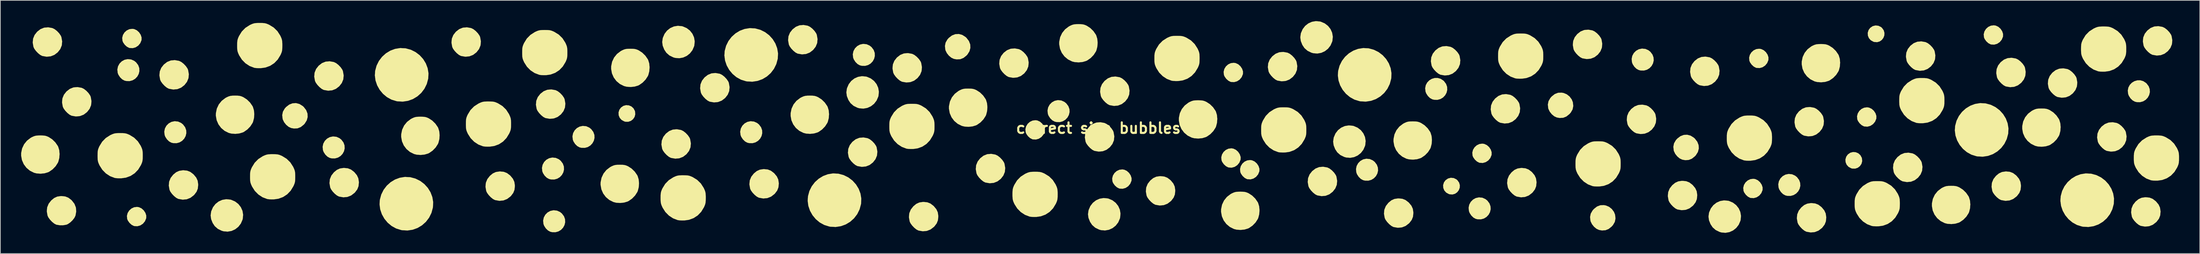
<source format=kicad_pcb>
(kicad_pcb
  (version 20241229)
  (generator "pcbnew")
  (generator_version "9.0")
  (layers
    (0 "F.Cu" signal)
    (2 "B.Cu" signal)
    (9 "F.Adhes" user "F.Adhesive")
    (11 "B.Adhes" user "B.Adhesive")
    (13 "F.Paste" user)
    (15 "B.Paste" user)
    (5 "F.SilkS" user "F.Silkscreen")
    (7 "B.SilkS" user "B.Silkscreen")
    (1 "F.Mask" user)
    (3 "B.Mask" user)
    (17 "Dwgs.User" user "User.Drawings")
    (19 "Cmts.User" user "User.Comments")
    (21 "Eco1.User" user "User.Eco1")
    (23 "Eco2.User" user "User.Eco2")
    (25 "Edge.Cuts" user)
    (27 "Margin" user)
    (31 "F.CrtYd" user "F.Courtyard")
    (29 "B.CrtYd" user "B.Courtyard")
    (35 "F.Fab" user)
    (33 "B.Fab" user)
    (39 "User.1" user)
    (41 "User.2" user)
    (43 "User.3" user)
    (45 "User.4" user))
  (footprint "correct size bubbles"
    (layer "F.Cu")
    (at 155.521 15.469)
    (property "Reference" "correct size bubbles" (at 0 0 0) (layer "F.SilkS") (effects (font (size 1.524 1.524) (thickness 0.3))))
    (attr through_hole)
    (fp_poly (pts (xy -67.788 -3.287) (xy -67.422 -3.132) (xy -67.121 -2.862) (xy -66.919 -2.487) (xy -66.901 -2.426) (xy -66.861 -2.003) (xy -66.964 -1.616) (xy -67.184 -1.291) (xy -67.494 -1.052) (xy -67.868 -0.924) (xy -68.281 -0.93) (xy -68.453 -0.976) (xy -68.837 -1.188) (xy -69.107 -1.496) (xy -69.256 -1.865) (xy -69.275 -2.263) (xy -69.156 -2.653) (xy -68.925 -2.97) (xy -68.574 -3.215) (xy -68.183 -3.318) (xy -67.788 -3.287)) (stroke (width 0.01) (type solid)) (fill yes) (layer "F.SilkS"))
    (fp_poly (pts (xy 51.294 7.219) (xy 51.678 7.405) (xy 51.823 7.529) (xy 52.071 7.876) (xy 52.175 8.25) (xy 52.154 8.624) (xy 52.021 8.971) (xy 51.795 9.265) (xy 51.492 9.479) (xy 51.128 9.586) (xy 50.719 9.561) (xy 50.588 9.523) (xy 50.205 9.311) (xy 49.935 9.003) (xy 49.786 8.633) (xy 49.767 8.236) (xy 49.885 7.845) (xy 50.116 7.529) (xy 50.474 7.281) (xy 50.88 7.178) (xy 51.294 7.219)) (stroke (width 0.01) (type solid)) (fill yes) (layer "F.SilkS"))
    (fp_poly (pts (xy 109.335 3.487) (xy 109.701 3.642) (xy 110.002 3.912) (xy 110.203 4.287) (xy 110.222 4.347) (xy 110.261 4.771) (xy 110.158 5.157) (xy 109.939 5.482) (xy 109.629 5.721) (xy 109.254 5.85) (xy 108.842 5.844) (xy 108.67 5.797) (xy 108.286 5.586) (xy 108.016 5.278) (xy 107.867 4.908) (xy 107.848 4.511) (xy 107.967 4.12) (xy 108.197 3.803) (xy 108.549 3.558) (xy 108.939 3.456) (xy 109.335 3.487)) (stroke (width 0.01) (type solid)) (fill yes) (layer "F.SilkS"))
    (fp_poly (pts (xy 112.593 -14.795) (xy 112.976 -14.609) (xy 113.121 -14.485) (xy 113.369 -14.137) (xy 113.474 -13.763) (xy 113.452 -13.389) (xy 113.32 -13.042) (xy 113.094 -12.748) (xy 112.791 -12.534) (xy 112.426 -12.427) (xy 112.017 -12.452) (xy 111.887 -12.491) (xy 111.503 -12.702) (xy 111.233 -13.01) (xy 111.084 -13.38) (xy 111.065 -13.777) (xy 111.184 -14.168) (xy 111.415 -14.485) (xy 111.773 -14.732) (xy 112.178 -14.836) (xy 112.593 -14.795)) (stroke (width 0.01) (type solid)) (fill yes) (layer "F.SilkS"))
    (fp_poly (pts (xy -139.191 -14.309) (xy -138.817 -14.134) (xy -138.498 -13.848) (xy -138.261 -13.491) (xy -138.134 -13.104) (xy -138.142 -12.725) (xy -138.142 -12.724) (xy -138.322 -12.282) (xy -138.615 -11.928) (xy -138.99 -11.681) (xy -139.416 -11.561) (xy -139.862 -11.588) (xy -139.932 -11.607) (xy -140.252 -11.773) (xy -140.555 -12.049) (xy -140.79 -12.382) (xy -140.885 -12.615) (xy -140.924 -13.053) (xy -140.819 -13.466) (xy -140.596 -13.828) (xy -140.28 -14.113) (xy -139.896 -14.296) (xy -139.471 -14.351) (xy -139.191 -14.309)) (stroke (width 0.01) (type solid)) (fill yes) (layer "F.SilkS"))
    (fp_poly (pts (xy -138.514 11.43) (xy -138.139 11.605) (xy -137.82 11.891) (xy -137.584 12.247) (xy -137.457 12.635) (xy -137.465 13.013) (xy -137.465 13.014) (xy -137.645 13.456) (xy -137.938 13.811) (xy -138.313 14.057) (xy -138.738 14.177) (xy -139.184 14.151) (xy -139.255 14.132) (xy -139.574 13.966) (xy -139.877 13.689) (xy -140.112 13.357) (xy -140.208 13.124) (xy -140.247 12.685) (xy -140.142 12.272) (xy -139.918 11.911) (xy -139.602 11.626) (xy -139.219 11.443) (xy -138.793 11.388) (xy -138.514 11.43)) (stroke (width 0.01) (type solid)) (fill yes) (layer "F.SilkS"))
    (fp_poly (pts (xy -8.805 -1.101) (xy -8.43 -0.926) (xy -8.111 -0.64) (xy -7.875 -0.283) (xy -7.747 0.104) (xy -7.755 0.483) (xy -7.755 0.484) (xy -7.935 0.926) (xy -8.228 1.28) (xy -8.603 1.527) (xy -9.029 1.647) (xy -9.475 1.62) (xy -9.546 1.601) (xy -9.865 1.435) (xy -10.168 1.159) (xy -10.403 0.826) (xy -10.499 0.593) (xy -10.537 0.155) (xy -10.432 -0.258) (xy -10.209 -0.62) (xy -9.893 -0.905) (xy -9.509 -1.088) (xy -9.084 -1.143) (xy -8.805 -1.101)) (stroke (width 0.01) (type solid)) (fill yes) (layer "F.SilkS"))
    (fp_poly (pts (xy 3.726 6.011) (xy 4.101 6.186) (xy 4.42 6.472) (xy 4.656 6.829) (xy 4.783 7.216) (xy 4.775 7.595) (xy 4.775 7.596) (xy 4.595 8.038) (xy 4.302 8.392) (xy 3.927 8.639) (xy 3.502 8.759) (xy 3.056 8.732) (xy 2.985 8.713) (xy 2.666 8.547) (xy 2.363 8.271) (xy 2.128 7.938) (xy 2.032 7.705) (xy 1.993 7.267) (xy 2.098 6.854) (xy 2.322 6.492) (xy 2.638 6.207) (xy 3.021 6.024) (xy 3.447 5.969) (xy 3.726 6.011)) (stroke (width 0.01) (type solid)) (fill yes) (layer "F.SilkS"))
    (fp_poly (pts (xy 19.474 2.963) (xy 19.849 3.138) (xy 20.168 3.424) (xy 20.404 3.781) (xy 20.531 4.168) (xy 20.523 4.547) (xy 20.523 4.548) (xy 20.343 4.99) (xy 20.05 5.344) (xy 19.675 5.591) (xy 19.25 5.711) (xy 18.804 5.684) (xy 18.733 5.665) (xy 18.414 5.499) (xy 18.111 5.223) (xy 17.876 4.89) (xy 17.78 4.657) (xy 17.741 4.219) (xy 17.846 3.806) (xy 18.07 3.444) (xy 18.386 3.159) (xy 18.769 2.976) (xy 19.195 2.921) (xy 19.474 2.963)) (stroke (width 0.01) (type solid)) (fill yes) (layer "F.SilkS"))
    (fp_poly (pts (xy 19.813 -9.398) (xy 20.187 -9.223) (xy 20.506 -8.937) (xy 20.743 -8.581) (xy 20.87 -8.193) (xy 20.862 -7.815) (xy 20.862 -7.814) (xy 20.682 -7.372) (xy 20.389 -7.017) (xy 20.014 -6.771) (xy 19.588 -6.651) (xy 19.142 -6.677) (xy 19.072 -6.696) (xy 18.752 -6.862) (xy 18.449 -7.139) (xy 18.214 -7.471) (xy 18.119 -7.704) (xy 18.08 -8.143) (xy 18.185 -8.556) (xy 18.408 -8.917) (xy 18.724 -9.202) (xy 19.108 -9.385) (xy 19.533 -9.44) (xy 19.813 -9.398)) (stroke (width 0.01) (type solid)) (fill yes) (layer "F.SilkS"))
    (fp_poly (pts (xy 22.183 4.657) (xy 22.558 4.832) (xy 22.877 5.117) (xy 23.113 5.474) (xy 23.241 5.862) (xy 23.233 6.24) (xy 23.233 6.241) (xy 23.053 6.683) (xy 22.76 7.037) (xy 22.385 7.284) (xy 21.959 7.404) (xy 21.513 7.378) (xy 21.442 7.359) (xy 21.123 7.193) (xy 20.82 6.916) (xy 20.585 6.584) (xy 20.489 6.351) (xy 20.451 5.912) (xy 20.556 5.499) (xy 20.779 5.137) (xy 21.095 4.852) (xy 21.479 4.669) (xy 21.904 4.614) (xy 22.183 4.657)) (stroke (width 0.01) (type solid)) (fill yes) (layer "F.SilkS"))
    (fp_poly (pts (xy 55.711 2.286) (xy 56.086 2.461) (xy 56.405 2.747) (xy 56.641 3.103) (xy 56.769 3.491) (xy 56.761 3.869) (xy 56.761 3.87) (xy 56.581 4.312) (xy 56.288 4.667) (xy 55.913 4.913) (xy 55.487 5.033) (xy 55.041 5.007) (xy 54.97 4.988) (xy 54.651 4.822) (xy 54.348 4.545) (xy 54.113 4.213) (xy 54.017 3.98) (xy 53.979 3.541) (xy 54.084 3.128) (xy 54.307 2.767) (xy 54.623 2.482) (xy 55.007 2.299) (xy 55.432 2.244) (xy 55.711 2.286)) (stroke (width 0.01) (type solid)) (fill yes) (layer "F.SilkS"))
    (fp_poly (pts (xy 94.827 7.366) (xy 95.202 7.541) (xy 95.521 7.827) (xy 95.757 8.183) (xy 95.885 8.571) (xy 95.877 8.949) (xy 95.877 8.95) (xy 95.697 9.392) (xy 95.404 9.747) (xy 95.029 9.993) (xy 94.603 10.113) (xy 94.157 10.087) (xy 94.086 10.068) (xy 93.767 9.902) (xy 93.464 9.625) (xy 93.229 9.293) (xy 93.133 9.06) (xy 93.095 8.621) (xy 93.2 8.208) (xy 93.423 7.847) (xy 93.739 7.562) (xy 94.123 7.379) (xy 94.548 7.324) (xy 94.827 7.366)) (stroke (width 0.01) (type solid)) (fill yes) (layer "F.SilkS"))
    (fp_poly (pts (xy 95.674 -11.43) (xy 96.049 -11.255) (xy 96.368 -10.969) (xy 96.604 -10.613) (xy 96.731 -10.225) (xy 96.723 -9.847) (xy 96.723 -9.846) (xy 96.543 -9.404) (xy 96.25 -9.049) (xy 95.875 -8.803) (xy 95.45 -8.683) (xy 95.004 -8.709) (xy 94.933 -8.728) (xy 94.614 -8.894) (xy 94.311 -9.171) (xy 94.076 -9.503) (xy 93.98 -9.736) (xy 93.941 -10.175) (xy 94.046 -10.588) (xy 94.27 -10.949) (xy 94.586 -11.234) (xy 94.969 -11.417) (xy 95.395 -11.472) (xy 95.674 -11.43)) (stroke (width 0.01) (type solid)) (fill yes) (layer "F.SilkS"))
    (fp_poly (pts (xy 111.253 -2.963) (xy 111.627 -2.788) (xy 111.946 -2.503) (xy 112.183 -2.146) (xy 112.31 -1.758) (xy 112.302 -1.38) (xy 112.302 -1.379) (xy 112.122 -0.937) (xy 111.829 -0.583) (xy 111.454 -0.336) (xy 111.028 -0.216) (xy 110.582 -0.242) (xy 110.512 -0.261) (xy 110.192 -0.427) (xy 109.889 -0.704) (xy 109.654 -1.036) (xy 109.559 -1.269) (xy 109.52 -1.708) (xy 109.625 -2.121) (xy 109.848 -2.483) (xy 110.164 -2.768) (xy 110.548 -2.951) (xy 110.973 -3.006) (xy 111.253 -2.963)) (stroke (width 0.01) (type solid)) (fill yes) (layer "F.SilkS"))
    (fp_poly (pts (xy 129.541 -14.817) (xy 129.915 -14.642) (xy 130.234 -14.356) (xy 130.471 -13.999) (xy 130.598 -13.612) (xy 130.59 -13.233) (xy 130.59 -13.232) (xy 130.41 -12.79) (xy 130.117 -12.436) (xy 129.742 -12.189) (xy 129.316 -12.069) (xy 128.87 -12.096) (xy 128.8 -12.115) (xy 128.48 -12.281) (xy 128.177 -12.557) (xy 127.942 -12.89) (xy 127.847 -13.123) (xy 127.808 -13.561) (xy 127.913 -13.974) (xy 128.136 -14.336) (xy 128.452 -14.621) (xy 128.836 -14.804) (xy 129.261 -14.859) (xy 129.541 -14.817)) (stroke (width 0.01) (type solid)) (fill yes) (layer "F.SilkS"))
    (fp_poly (pts (xy -139.649 -9.923) (xy -139.637 -9.92) (xy -139.194 -9.721) (xy -138.921 -9.5) (xy -138.62 -9.1) (xy -138.468 -8.673) (xy -138.449 -8.242) (xy -138.549 -7.829) (xy -138.753 -7.456) (xy -139.049 -7.145) (xy -139.42 -6.92) (xy -139.854 -6.801) (xy -140.335 -6.811) (xy -140.603 -6.877) (xy -140.933 -7.058) (xy -141.239 -7.356) (xy -141.477 -7.721) (xy -141.576 -7.98) (xy -141.628 -8.47) (xy -141.533 -8.927) (xy -141.314 -9.328) (xy -140.994 -9.65) (xy -140.595 -9.872) (xy -140.139 -9.97) (xy -139.649 -9.923)) (stroke (width 0.01) (type solid)) (fill yes) (layer "F.SilkS"))
    (fp_poly (pts (xy -132.876 -0.948) (xy -132.863 -0.945) (xy -132.421 -0.746) (xy -132.147 -0.525) (xy -131.847 -0.125) (xy -131.694 0.301) (xy -131.675 0.732) (xy -131.775 1.146) (xy -131.98 1.519) (xy -132.275 1.829) (xy -132.647 2.055) (xy -133.08 2.174) (xy -133.561 2.163) (xy -133.83 2.098) (xy -134.16 1.917) (xy -134.466 1.618) (xy -134.703 1.253) (xy -134.802 0.995) (xy -134.854 0.505) (xy -134.76 0.048) (xy -134.541 -0.353) (xy -134.221 -0.675) (xy -133.822 -0.897) (xy -133.366 -0.996) (xy -132.876 -0.948)) (stroke (width 0.01) (type solid)) (fill yes) (layer "F.SilkS"))
    (fp_poly (pts (xy -110.016 1.253) (xy -110.003 1.256) (xy -109.561 1.455) (xy -109.287 1.676) (xy -108.987 2.076) (xy -108.834 2.503) (xy -108.815 2.934) (xy -108.915 3.347) (xy -109.12 3.72) (xy -109.415 4.031) (xy -109.787 4.256) (xy -110.22 4.375) (xy -110.701 4.365) (xy -110.97 4.299) (xy -111.3 4.118) (xy -111.606 3.82) (xy -111.843 3.455) (xy -111.942 3.196) (xy -111.994 2.706) (xy -111.9 2.249) (xy -111.681 1.848) (xy -111.361 1.526) (xy -110.962 1.304) (xy -110.506 1.206) (xy -110.016 1.253)) (stroke (width 0.01) (type solid)) (fill yes) (layer "F.SilkS"))
    (fp_poly (pts (xy -78.35 4.301) (xy -78.338 4.304) (xy -77.895 4.503) (xy -77.622 4.724) (xy -77.322 5.124) (xy -77.169 5.551) (xy -77.15 5.982) (xy -77.25 6.395) (xy -77.455 6.768) (xy -77.75 7.079) (xy -78.122 7.304) (xy -78.555 7.423) (xy -79.036 7.413) (xy -79.304 7.347) (xy -79.635 7.166) (xy -79.941 6.868) (xy -80.178 6.503) (xy -80.277 6.244) (xy -80.329 5.754) (xy -80.234 5.297) (xy -80.016 4.896) (xy -79.696 4.574) (xy -79.296 4.352) (xy -78.84 4.254) (xy -78.35 4.301)) (stroke (width 0.01) (type solid)) (fill yes) (layer "F.SilkS"))
    (fp_poly (pts (xy -78.181 11.921) (xy -78.168 11.924) (xy -77.726 12.123) (xy -77.453 12.344) (xy -77.152 12.744) (xy -77 13.171) (xy -76.981 13.602) (xy -77.081 14.015) (xy -77.285 14.388) (xy -77.581 14.699) (xy -77.952 14.924) (xy -78.386 15.043) (xy -78.867 15.033) (xy -79.135 14.967) (xy -79.465 14.786) (xy -79.771 14.488) (xy -80.009 14.123) (xy -80.108 13.864) (xy -80.16 13.374) (xy -80.065 12.917) (xy -79.846 12.516) (xy -79.526 12.194) (xy -79.127 11.972) (xy -78.671 11.874) (xy -78.181 11.921)) (stroke (width 0.01) (type solid)) (fill yes) (layer "F.SilkS"))
    (fp_poly (pts (xy -73.948 -0.271) (xy -73.935 -0.268) (xy -73.493 -0.069) (xy -73.219 0.152) (xy -72.919 0.552) (xy -72.766 0.979) (xy -72.747 1.41) (xy -72.847 1.823) (xy -73.052 2.196) (xy -73.347 2.507) (xy -73.719 2.732) (xy -74.152 2.851) (xy -74.633 2.841) (xy -74.902 2.775) (xy -75.232 2.594) (xy -75.538 2.296) (xy -75.775 1.931) (xy -75.874 1.672) (xy -75.926 1.182) (xy -75.832 0.725) (xy -75.613 0.324) (xy -75.293 0.002) (xy -74.894 -0.22) (xy -74.438 -0.318) (xy -73.948 -0.271)) (stroke (width 0.01) (type solid)) (fill yes) (layer "F.SilkS"))
    (fp_poly (pts (xy -49.733 -0.948) (xy -49.721 -0.945) (xy -49.278 -0.746) (xy -49.005 -0.525) (xy -48.704 -0.125) (xy -48.552 0.301) (xy -48.533 0.732) (xy -48.633 1.146) (xy -48.837 1.519) (xy -49.133 1.829) (xy -49.504 2.055) (xy -49.938 2.174) (xy -50.419 2.163) (xy -50.687 2.098) (xy -51.017 1.917) (xy -51.323 1.618) (xy -51.561 1.253) (xy -51.66 0.995) (xy -51.712 0.505) (xy -51.617 0.048) (xy -51.398 -0.353) (xy -51.078 -0.675) (xy -50.679 -0.897) (xy -50.223 -0.996) (xy -49.733 -0.948)) (stroke (width 0.01) (type solid)) (fill yes) (layer "F.SilkS"))
    (fp_poly (pts (xy -33.477 -12.124) (xy -33.465 -12.121) (xy -33.022 -11.922) (xy -32.749 -11.701) (xy -32.448 -11.301) (xy -32.296 -10.875) (xy -32.277 -10.444) (xy -32.377 -10.03) (xy -32.581 -9.657) (xy -32.877 -9.347) (xy -33.248 -9.121) (xy -33.682 -9.002) (xy -34.163 -9.013) (xy -34.431 -9.078) (xy -34.761 -9.259) (xy -35.067 -9.558) (xy -35.305 -9.923) (xy -35.404 -10.181) (xy -35.456 -10.671) (xy -35.361 -11.128) (xy -35.142 -11.529) (xy -34.822 -11.851) (xy -34.423 -12.073) (xy -33.967 -12.172) (xy -33.477 -12.124)) (stroke (width 0.01) (type solid)) (fill yes) (layer "F.SilkS"))
    (fp_poly (pts (xy -5.368 -3.996) (xy -5.355 -3.993) (xy -4.913 -3.794) (xy -4.639 -3.573) (xy -4.339 -3.173) (xy -4.186 -2.747) (xy -4.167 -2.316) (xy -4.267 -1.902) (xy -4.472 -1.529) (xy -4.767 -1.219) (xy -5.139 -0.993) (xy -5.572 -0.874) (xy -6.053 -0.885) (xy -6.322 -0.95) (xy -6.652 -1.131) (xy -6.958 -1.43) (xy -7.195 -1.795) (xy -7.294 -2.053) (xy -7.346 -2.543) (xy -7.252 -3) (xy -7.033 -3.401) (xy -6.713 -3.723) (xy -6.314 -3.945) (xy -5.858 -4.044) (xy -5.368 -3.996)) (stroke (width 0.01) (type solid)) (fill yes) (layer "F.SilkS"))
    (fp_poly (pts (xy 39.167 4.47) (xy 39.179 4.474) (xy 39.622 4.673) (xy 39.895 4.893) (xy 40.196 5.293) (xy 40.348 5.72) (xy 40.367 6.151) (xy 40.267 6.564) (xy 40.063 6.937) (xy 39.767 7.248) (xy 39.396 7.474) (xy 38.962 7.592) (xy 38.481 7.582) (xy 38.213 7.517) (xy 37.883 7.336) (xy 37.577 7.037) (xy 37.339 6.672) (xy 37.24 6.413) (xy 37.188 5.923) (xy 37.283 5.467) (xy 37.502 5.066) (xy 37.822 4.743) (xy 38.221 4.521) (xy 38.677 4.423) (xy 39.167 4.47)) (stroke (width 0.01) (type solid)) (fill yes) (layer "F.SilkS"))
    (fp_poly (pts (xy 49.409 -7.125) (xy 49.813 -6.86) (xy 49.886 -6.791) (xy 50.186 -6.391) (xy 50.339 -5.964) (xy 50.358 -5.533) (xy 50.258 -5.12) (xy 50.053 -4.747) (xy 49.758 -4.436) (xy 49.386 -4.21) (xy 48.953 -4.092) (xy 48.472 -4.102) (xy 48.204 -4.167) (xy 47.873 -4.348) (xy 47.567 -4.647) (xy 47.33 -5.012) (xy 47.231 -5.271) (xy 47.175 -5.76) (xy 47.261 -6.204) (xy 47.465 -6.588) (xy 47.763 -6.898) (xy 48.13 -7.121) (xy 48.543 -7.242) (xy 48.977 -7.248) (xy 49.409 -7.125)) (stroke (width 0.01) (type solid)) (fill yes) (layer "F.SilkS"))
    (fp_poly (pts (xy 55.423 10.058) (xy 55.435 10.062) (xy 55.878 10.261) (xy 56.151 10.481) (xy 56.452 10.881) (xy 56.604 11.308) (xy 56.623 11.739) (xy 56.523 12.152) (xy 56.319 12.525) (xy 56.023 12.836) (xy 55.652 13.062) (xy 55.218 13.18) (xy 54.737 13.17) (xy 54.469 13.105) (xy 54.139 12.924) (xy 53.833 12.625) (xy 53.595 12.26) (xy 53.496 12.002) (xy 53.444 11.511) (xy 53.539 11.055) (xy 53.758 10.654) (xy 54.078 10.331) (xy 54.477 10.109) (xy 54.933 10.011) (xy 55.423 10.058)) (stroke (width 0.01) (type solid)) (fill yes) (layer "F.SilkS"))
    (fp_poly (pts (xy 78.96 -11.447) (xy 78.973 -11.444) (xy 79.415 -11.245) (xy 79.689 -11.024) (xy 79.989 -10.624) (xy 80.142 -10.197) (xy 80.161 -9.766) (xy 80.061 -9.353) (xy 79.856 -8.98) (xy 79.561 -8.669) (xy 79.189 -8.444) (xy 78.756 -8.325) (xy 78.275 -8.335) (xy 78.006 -8.401) (xy 77.676 -8.582) (xy 77.37 -8.88) (xy 77.133 -9.245) (xy 77.034 -9.504) (xy 76.982 -9.994) (xy 77.076 -10.451) (xy 77.295 -10.852) (xy 77.615 -11.174) (xy 78.014 -11.396) (xy 78.47 -11.494) (xy 78.96 -11.447)) (stroke (width 0.01) (type solid)) (fill yes) (layer "F.SilkS"))
    (fp_poly (pts (xy 100.127 6.672) (xy 100.139 6.675) (xy 100.582 6.874) (xy 100.855 7.095) (xy 101.156 7.495) (xy 101.308 7.921) (xy 101.327 8.352) (xy 101.227 8.766) (xy 101.023 9.139) (xy 100.727 9.449) (xy 100.356 9.675) (xy 99.922 9.794) (xy 99.441 9.783) (xy 99.173 9.718) (xy 98.843 9.537) (xy 98.537 9.238) (xy 98.299 8.873) (xy 98.2 8.615) (xy 98.148 8.125) (xy 98.243 7.668) (xy 98.462 7.267) (xy 98.782 6.945) (xy 99.181 6.723) (xy 99.637 6.624) (xy 100.127 6.672)) (stroke (width 0.01) (type solid)) (fill yes) (layer "F.SilkS"))
    (fp_poly (pts (xy 150.839 -6.787) (xy 151.244 -6.521) (xy 151.317 -6.452) (xy 151.617 -6.052) (xy 151.77 -5.625) (xy 151.789 -5.194) (xy 151.689 -4.781) (xy 151.484 -4.408) (xy 151.189 -4.097) (xy 150.817 -3.872) (xy 150.384 -3.753) (xy 149.903 -3.763) (xy 149.634 -3.829) (xy 149.304 -4.01) (xy 148.998 -4.308) (xy 148.761 -4.673) (xy 148.662 -4.932) (xy 148.606 -5.422) (xy 148.692 -5.865) (xy 148.896 -6.249) (xy 149.194 -6.559) (xy 149.561 -6.782) (xy 149.974 -6.903) (xy 150.408 -6.91) (xy 150.839 -6.787)) (stroke (width 0.01) (type solid)) (fill yes) (layer "F.SilkS"))
    (fp_poly (pts (xy -115.335 -3.482) (xy -114.869 -3.189) (xy -114.719 -3.052) (xy -114.372 -2.601) (xy -114.185 -2.114) (xy -114.157 -1.614) (xy -114.289 -1.121) (xy -114.58 -0.656) (xy -114.717 -0.506) (xy -115.153 -0.159) (xy -115.615 0.026) (xy -116.124 0.054) (xy -116.539 -0.021) (xy -116.905 -0.192) (xy -117.257 -0.484) (xy -117.55 -0.852) (xy -117.742 -1.249) (xy -117.767 -1.338) (xy -117.827 -1.881) (xy -117.728 -2.373) (xy -117.467 -2.827) (xy -117.267 -3.052) (xy -116.816 -3.4) (xy -116.329 -3.587) (xy -115.829 -3.614) (xy -115.335 -3.482)) (stroke (width 0.01) (type solid)) (fill yes) (layer "F.SilkS"))
    (fp_poly (pts (xy -19.662 -13.473) (xy -19.196 -13.18) (xy -19.046 -13.043) (xy -18.699 -12.591) (xy -18.511 -12.105) (xy -18.484 -11.605) (xy -18.615 -11.111) (xy -18.907 -10.646) (xy -19.044 -10.497) (xy -19.48 -10.149) (xy -19.942 -9.964) (xy -20.451 -9.936) (xy -20.865 -10.012) (xy -21.232 -10.183) (xy -21.583 -10.475) (xy -21.877 -10.843) (xy -22.069 -11.24) (xy -22.094 -11.329) (xy -22.154 -11.872) (xy -22.055 -12.363) (xy -21.794 -12.818) (xy -21.594 -13.043) (xy -21.142 -13.39) (xy -20.656 -13.578) (xy -20.155 -13.605) (xy -19.662 -13.473)) (stroke (width 0.01) (type solid)) (fill yes) (layer "F.SilkS"))
    (fp_poly (pts (xy 67.157 -5.076) (xy 67.616 -4.885) (xy 68.02 -4.564) (xy 68.328 -4.152) (xy 68.491 -3.742) (xy 68.551 -3.198) (xy 68.452 -2.705) (xy 68.19 -2.251) (xy 67.994 -2.03) (xy 67.557 -1.683) (xy 67.095 -1.498) (xy 66.586 -1.47) (xy 66.172 -1.545) (xy 65.805 -1.716) (xy 65.454 -2.008) (xy 65.161 -2.376) (xy 64.968 -2.773) (xy 64.943 -2.862) (xy 64.884 -3.405) (xy 64.982 -3.897) (xy 65.243 -4.351) (xy 65.443 -4.576) (xy 65.884 -4.923) (xy 66.355 -5.105) (xy 66.869 -5.126) (xy 67.157 -5.076)) (stroke (width 0.01) (type solid)) (fill yes) (layer "F.SilkS"))
    (fp_poly (pts (xy 73.253 11.18) (xy 73.712 11.371) (xy 74.116 11.692) (xy 74.424 12.104) (xy 74.587 12.514) (xy 74.647 13.058) (xy 74.548 13.551) (xy 74.286 14.005) (xy 74.09 14.226) (xy 73.653 14.573) (xy 73.191 14.758) (xy 72.682 14.786) (xy 72.268 14.711) (xy 71.901 14.54) (xy 71.55 14.248) (xy 71.257 13.88) (xy 71.064 13.483) (xy 71.039 13.394) (xy 70.98 12.851) (xy 71.078 12.359) (xy 71.339 11.905) (xy 71.539 11.68) (xy 71.98 11.333) (xy 72.451 11.151) (xy 72.965 11.13) (xy 73.253 11.18)) (stroke (width 0.01) (type solid)) (fill yes) (layer "F.SilkS"))
    (fp_poly (pts (xy 85.494 1.09) (xy 85.96 1.383) (xy 86.11 1.52) (xy 86.457 1.971) (xy 86.645 2.458) (xy 86.672 2.958) (xy 86.541 3.451) (xy 86.249 3.916) (xy 86.112 4.066) (xy 85.676 4.413) (xy 85.214 4.598) (xy 84.705 4.626) (xy 84.291 4.551) (xy 83.924 4.38) (xy 83.573 4.088) (xy 83.279 3.72) (xy 83.087 3.323) (xy 83.062 3.234) (xy 83.002 2.691) (xy 83.101 2.199) (xy 83.362 1.745) (xy 83.562 1.52) (xy 84.014 1.172) (xy 84.5 0.985) (xy 85.001 0.958) (xy 85.494 1.09)) (stroke (width 0.01) (type solid)) (fill yes) (layer "F.SilkS"))
    (fp_poly (pts (xy -151.013 -14.46) (xy -150.688 -14.301) (xy -150.346 -14.034) (xy -150.033 -13.705) (xy -149.798 -13.364) (xy -149.709 -13.156) (xy -149.6 -12.534) (xy -149.654 -11.959) (xy -149.87 -11.431) (xy -150.238 -10.961) (xy -150.718 -10.593) (xy -151.259 -10.379) (xy -151.844 -10.324) (xy -152.458 -10.432) (xy -152.485 -10.44) (xy -152.77 -10.589) (xy -153.084 -10.843) (xy -153.381 -11.156) (xy -153.617 -11.48) (xy -153.736 -11.736) (xy -153.845 -12.358) (xy -153.791 -12.933) (xy -153.575 -13.461) (xy -153.207 -13.931) (xy -152.727 -14.305) (xy -152.198 -14.518) (xy -151.621 -14.568) (xy -151.013 -14.46)) (stroke (width 0.01) (type solid)) (fill yes) (layer "F.SilkS"))
    (fp_poly (pts (xy -146.779 -5.824) (xy -146.455 -5.665) (xy -146.113 -5.398) (xy -145.8 -5.069) (xy -145.565 -4.728) (xy -145.476 -4.52) (xy -145.367 -3.898) (xy -145.421 -3.323) (xy -145.637 -2.795) (xy -146.005 -2.325) (xy -146.485 -1.957) (xy -147.025 -1.743) (xy -147.61 -1.688) (xy -148.225 -1.796) (xy -148.251 -1.804) (xy -148.537 -1.953) (xy -148.851 -2.207) (xy -149.148 -2.52) (xy -149.383 -2.844) (xy -149.503 -3.1) (xy -149.612 -3.722) (xy -149.558 -4.297) (xy -149.342 -4.825) (xy -148.974 -5.295) (xy -148.493 -5.669) (xy -147.964 -5.882) (xy -147.388 -5.932) (xy -146.779 -5.824)) (stroke (width 0.01) (type solid)) (fill yes) (layer "F.SilkS"))
    (fp_poly (pts (xy -132.725 -9.718) (xy -132.4 -9.56) (xy -132.058 -9.292) (xy -131.745 -8.964) (xy -131.51 -8.623) (xy -131.421 -8.415) (xy -131.312 -7.793) (xy -131.366 -7.217) (xy -131.582 -6.689) (xy -131.95 -6.22) (xy -132.43 -5.851) (xy -132.971 -5.638) (xy -133.556 -5.583) (xy -134.17 -5.691) (xy -134.197 -5.699) (xy -134.482 -5.848) (xy -134.796 -6.102) (xy -135.093 -6.415) (xy -135.329 -6.739) (xy -135.448 -6.995) (xy -135.557 -7.616) (xy -135.503 -8.192) (xy -135.287 -8.72) (xy -134.919 -9.189) (xy -134.439 -9.564) (xy -133.91 -9.776) (xy -133.333 -9.827) (xy -132.725 -9.718)) (stroke (width 0.01) (type solid)) (fill yes) (layer "F.SilkS"))
    (fp_poly (pts (xy -110.373 -9.549) (xy -110.048 -9.39) (xy -109.706 -9.123) (xy -109.393 -8.795) (xy -109.158 -8.453) (xy -109.069 -8.245) (xy -108.96 -7.624) (xy -109.014 -7.048) (xy -109.23 -6.52) (xy -109.598 -6.051) (xy -110.078 -5.682) (xy -110.619 -5.468) (xy -111.204 -5.414) (xy -111.818 -5.521) (xy -111.845 -5.529) (xy -112.13 -5.678) (xy -112.444 -5.933) (xy -112.741 -6.245) (xy -112.977 -6.57) (xy -113.096 -6.825) (xy -113.205 -7.447) (xy -113.151 -8.023) (xy -112.935 -8.551) (xy -112.567 -9.02) (xy -112.087 -9.395) (xy -111.558 -9.607) (xy -110.981 -9.657) (xy -110.373 -9.549)) (stroke (width 0.01) (type solid)) (fill yes) (layer "F.SilkS"))
    (fp_poly (pts (xy -90.561 -14.46) (xy -90.236 -14.301) (xy -89.894 -14.034) (xy -89.581 -13.705) (xy -89.346 -13.364) (xy -89.257 -13.156) (xy -89.148 -12.534) (xy -89.202 -11.959) (xy -89.418 -11.431) (xy -89.786 -10.961) (xy -90.266 -10.593) (xy -90.807 -10.379) (xy -91.392 -10.324) (xy -92.006 -10.432) (xy -92.033 -10.44) (xy -92.318 -10.589) (xy -92.632 -10.843) (xy -92.929 -11.156) (xy -93.165 -11.48) (xy -93.284 -11.736) (xy -93.393 -12.358) (xy -93.339 -12.933) (xy -93.123 -13.461) (xy -92.755 -13.931) (xy -92.275 -14.305) (xy -91.746 -14.518) (xy -91.169 -14.568) (xy -90.561 -14.46)) (stroke (width 0.01) (type solid)) (fill yes) (layer "F.SilkS"))
    (fp_poly (pts (xy -78.369 -5.485) (xy -78.044 -5.326) (xy -77.702 -5.059) (xy -77.389 -4.731) (xy -77.154 -4.389) (xy -77.065 -4.181) (xy -76.956 -3.56) (xy -77.01 -2.984) (xy -77.226 -2.456) (xy -77.594 -1.987) (xy -78.074 -1.618) (xy -78.615 -1.404) (xy -79.2 -1.35) (xy -79.814 -1.457) (xy -79.841 -1.465) (xy -80.126 -1.614) (xy -80.44 -1.869) (xy -80.737 -2.181) (xy -80.973 -2.506) (xy -81.092 -2.761) (xy -81.201 -3.383) (xy -81.147 -3.959) (xy -80.931 -4.487) (xy -80.563 -4.956) (xy -80.083 -5.331) (xy -79.554 -5.543) (xy -78.977 -5.593) (xy -78.369 -5.485)) (stroke (width 0.01) (type solid)) (fill yes) (layer "F.SilkS"))
    (fp_poly (pts (xy -60.25 0.272) (xy -59.926 0.431) (xy -59.583 0.698) (xy -59.271 1.027) (xy -59.036 1.368) (xy -58.946 1.576) (xy -58.837 2.198) (xy -58.891 2.773) (xy -59.107 3.301) (xy -59.475 3.771) (xy -59.956 4.139) (xy -60.496 4.353) (xy -61.081 4.408) (xy -61.696 4.3) (xy -61.722 4.292) (xy -62.007 4.143) (xy -62.321 3.889) (xy -62.619 3.576) (xy -62.854 3.252) (xy -62.974 2.996) (xy -63.083 2.374) (xy -63.029 1.799) (xy -62.813 1.271) (xy -62.445 0.801) (xy -61.964 0.427) (xy -61.435 0.214) (xy -60.858 0.164) (xy -60.25 0.272)) (stroke (width 0.01) (type solid)) (fill yes) (layer "F.SilkS"))
    (fp_poly (pts (xy -54.662 -7.856) (xy -54.338 -7.697) (xy -53.995 -7.43) (xy -53.683 -7.101) (xy -53.448 -6.76) (xy -53.358 -6.552) (xy -53.249 -5.93) (xy -53.303 -5.355) (xy -53.519 -4.827) (xy -53.887 -4.357) (xy -54.368 -3.989) (xy -54.908 -3.775) (xy -55.493 -3.72) (xy -56.108 -3.828) (xy -56.134 -3.836) (xy -56.419 -3.985) (xy -56.733 -4.239) (xy -57.031 -4.552) (xy -57.266 -4.876) (xy -57.386 -5.132) (xy -57.495 -5.754) (xy -57.441 -6.329) (xy -57.225 -6.857) (xy -56.857 -7.327) (xy -56.376 -7.701) (xy -55.847 -7.914) (xy -55.27 -7.964) (xy -54.662 -7.856)) (stroke (width 0.01) (type solid)) (fill yes) (layer "F.SilkS"))
    (fp_poly (pts (xy -41.962 -14.798) (xy -41.638 -14.64) (xy -41.295 -14.372) (xy -40.983 -14.044) (xy -40.748 -13.703) (xy -40.658 -13.495) (xy -40.549 -12.873) (xy -40.603 -12.297) (xy -40.819 -11.769) (xy -41.187 -11.3) (xy -41.668 -10.931) (xy -42.208 -10.718) (xy -42.793 -10.663) (xy -43.408 -10.771) (xy -43.434 -10.779) (xy -43.719 -10.928) (xy -44.033 -11.182) (xy -44.331 -11.495) (xy -44.566 -11.819) (xy -44.686 -12.075) (xy -44.795 -12.696) (xy -44.741 -13.272) (xy -44.525 -13.8) (xy -44.157 -14.269) (xy -43.676 -14.644) (xy -43.147 -14.856) (xy -42.57 -14.907) (xy -41.962 -14.798)) (stroke (width 0.01) (type solid)) (fill yes) (layer "F.SilkS"))
    (fp_poly (pts (xy -33.326 1.458) (xy -33.002 1.616) (xy -32.659 1.884) (xy -32.347 2.212) (xy -32.112 2.553) (xy -32.022 2.761) (xy -31.913 3.383) (xy -31.967 3.959) (xy -32.183 4.487) (xy -32.551 4.956) (xy -33.032 5.325) (xy -33.572 5.538) (xy -34.157 5.593) (xy -34.772 5.485) (xy -34.798 5.477) (xy -35.083 5.328) (xy -35.397 5.074) (xy -35.695 4.761) (xy -35.93 4.437) (xy -36.05 4.181) (xy -36.159 3.56) (xy -36.105 2.984) (xy -35.889 2.456) (xy -35.521 1.987) (xy -35.04 1.612) (xy -34.511 1.4) (xy -33.934 1.349) (xy -33.326 1.458)) (stroke (width 0.01) (type solid)) (fill yes) (layer "F.SilkS"))
    (fp_poly (pts (xy -26.891 -10.734) (xy -26.567 -10.576) (xy -26.225 -10.308) (xy -25.912 -9.98) (xy -25.677 -9.639) (xy -25.588 -9.431) (xy -25.479 -8.809) (xy -25.533 -8.233) (xy -25.749 -7.705) (xy -26.117 -7.236) (xy -26.597 -6.867) (xy -27.137 -6.654) (xy -27.722 -6.599) (xy -28.337 -6.707) (xy -28.363 -6.715) (xy -28.649 -6.864) (xy -28.963 -7.118) (xy -29.26 -7.431) (xy -29.495 -7.755) (xy -29.615 -8.011) (xy -29.724 -8.632) (xy -29.67 -9.208) (xy -29.454 -9.736) (xy -29.086 -10.205) (xy -28.605 -10.58) (xy -28.076 -10.792) (xy -27.5 -10.843) (xy -26.891 -10.734)) (stroke (width 0.01) (type solid)) (fill yes) (layer "F.SilkS"))
    (fp_poly (pts (xy -14.869 3.828) (xy -14.544 3.987) (xy -14.202 4.254) (xy -13.889 4.583) (xy -13.654 4.924) (xy -13.565 5.132) (xy -13.456 5.754) (xy -13.51 6.329) (xy -13.726 6.857) (xy -14.094 7.327) (xy -14.574 7.695) (xy -15.115 7.909) (xy -15.7 7.964) (xy -16.314 7.856) (xy -16.341 7.848) (xy -16.626 7.699) (xy -16.94 7.445) (xy -17.237 7.132) (xy -17.473 6.808) (xy -17.592 6.552) (xy -17.701 5.93) (xy -17.647 5.355) (xy -17.431 4.827) (xy -17.063 4.357) (xy -16.583 3.983) (xy -16.054 3.77) (xy -15.477 3.72) (xy -14.869 3.828)) (stroke (width 0.01) (type solid)) (fill yes) (layer "F.SilkS"))
    (fp_poly (pts (xy -11.482 -11.412) (xy -11.158 -11.253) (xy -10.815 -10.986) (xy -10.503 -10.657) (xy -10.268 -10.316) (xy -10.178 -10.108) (xy -10.069 -9.486) (xy -10.123 -8.911) (xy -10.339 -8.383) (xy -10.707 -7.913) (xy -11.188 -7.545) (xy -11.728 -7.331) (xy -12.313 -7.276) (xy -12.928 -7.384) (xy -12.954 -7.392) (xy -13.239 -7.541) (xy -13.553 -7.795) (xy -13.851 -8.108) (xy -14.086 -8.432) (xy -14.206 -8.688) (xy -14.315 -9.31) (xy -14.261 -9.885) (xy -14.045 -10.413) (xy -13.677 -10.883) (xy -13.196 -11.257) (xy -12.667 -11.47) (xy -12.09 -11.52) (xy -11.482 -11.412)) (stroke (width 0.01) (type solid)) (fill yes) (layer "F.SilkS"))
    (fp_poly (pts (xy 0.879 -0.744) (xy 1.204 -0.585) (xy 1.546 -0.318) (xy 1.859 0.011) (xy 2.094 0.352) (xy 2.183 0.56) (xy 2.292 1.182) (xy 2.238 1.757) (xy 2.022 2.285) (xy 1.654 2.755) (xy 1.174 3.123) (xy 0.633 3.337) (xy 0.048 3.392) (xy -0.566 3.284) (xy -0.593 3.276) (xy -0.878 3.127) (xy -1.192 2.873) (xy -1.489 2.56) (xy -1.725 2.236) (xy -1.844 1.98) (xy -1.953 1.358) (xy -1.899 0.783) (xy -1.683 0.255) (xy -1.315 -0.215) (xy -0.835 -0.589) (xy -0.306 -0.802) (xy 0.271 -0.852) (xy 0.879 -0.744)) (stroke (width 0.01) (type solid)) (fill yes) (layer "F.SilkS"))
    (fp_poly (pts (xy 3.081 -7.348) (xy 3.405 -7.189) (xy 3.747 -6.922) (xy 4.06 -6.593) (xy 4.295 -6.252) (xy 4.384 -6.044) (xy 4.493 -5.422) (xy 4.439 -4.847) (xy 4.223 -4.319) (xy 3.855 -3.849) (xy 3.375 -3.481) (xy 2.835 -3.267) (xy 2.25 -3.212) (xy 1.635 -3.32) (xy 1.609 -3.328) (xy 1.323 -3.477) (xy 1.009 -3.731) (xy 0.712 -4.044) (xy 0.477 -4.368) (xy 0.357 -4.624) (xy 0.248 -5.246) (xy 0.302 -5.821) (xy 0.518 -6.349) (xy 0.886 -6.819) (xy 1.367 -7.193) (xy 1.896 -7.406) (xy 2.472 -7.456) (xy 3.081 -7.348)) (stroke (width 0.01) (type solid)) (fill yes) (layer "F.SilkS"))
    (fp_poly (pts (xy 27.295 -10.904) (xy 27.62 -10.745) (xy 27.962 -10.478) (xy 28.275 -10.149) (xy 28.51 -9.808) (xy 28.599 -9.6) (xy 28.708 -8.978) (xy 28.654 -8.403) (xy 28.438 -7.875) (xy 28.07 -7.405) (xy 27.59 -7.037) (xy 27.049 -6.823) (xy 26.464 -6.768) (xy 25.85 -6.876) (xy 25.823 -6.884) (xy 25.538 -7.033) (xy 25.224 -7.287) (xy 24.927 -7.6) (xy 24.691 -7.924) (xy 24.572 -8.18) (xy 24.463 -8.802) (xy 24.517 -9.377) (xy 24.733 -9.905) (xy 25.101 -10.375) (xy 25.581 -10.749) (xy 26.11 -10.962) (xy 26.687 -11.012) (xy 27.295 -10.904)) (stroke (width 0.01) (type solid)) (fill yes) (layer "F.SilkS"))
    (fp_poly (pts (xy 33.053 5.691) (xy 33.377 5.85) (xy 33.719 6.117) (xy 34.032 6.445) (xy 34.267 6.787) (xy 34.356 6.995) (xy 34.465 7.616) (xy 34.411 8.192) (xy 34.195 8.72) (xy 33.827 9.189) (xy 33.347 9.558) (xy 32.807 9.772) (xy 32.222 9.826) (xy 31.607 9.719) (xy 31.581 9.711) (xy 31.295 9.562) (xy 30.981 9.307) (xy 30.684 8.995) (xy 30.449 8.67) (xy 30.329 8.415) (xy 30.22 7.793) (xy 30.274 7.217) (xy 30.49 6.689) (xy 30.858 6.22) (xy 31.339 5.845) (xy 31.868 5.633) (xy 32.444 5.583) (xy 33.053 5.691)) (stroke (width 0.01) (type solid)) (fill yes) (layer "F.SilkS"))
    (fp_poly (pts (xy 50.833 -11.75) (xy 51.157 -11.592) (xy 51.499 -11.324) (xy 51.812 -10.996) (xy 52.047 -10.655) (xy 52.136 -10.447) (xy 52.245 -9.825) (xy 52.191 -9.249) (xy 51.975 -8.721) (xy 51.607 -8.252) (xy 51.127 -7.883) (xy 50.587 -7.67) (xy 50.002 -7.615) (xy 49.387 -7.723) (xy 49.361 -7.731) (xy 49.075 -7.88) (xy 48.761 -8.134) (xy 48.464 -8.447) (xy 48.229 -8.771) (xy 48.109 -9.027) (xy 48 -9.648) (xy 48.054 -10.224) (xy 48.27 -10.752) (xy 48.638 -11.221) (xy 49.119 -11.596) (xy 49.648 -11.808) (xy 50.224 -11.859) (xy 50.833 -11.75)) (stroke (width 0.01) (type solid)) (fill yes) (layer "F.SilkS"))
    (fp_poly (pts (xy 59.469 -4.808) (xy 59.793 -4.649) (xy 60.135 -4.382) (xy 60.448 -4.053) (xy 60.683 -3.712) (xy 60.772 -3.504) (xy 60.881 -2.882) (xy 60.827 -2.307) (xy 60.611 -1.779) (xy 60.243 -1.309) (xy 59.763 -0.941) (xy 59.223 -0.727) (xy 58.638 -0.672) (xy 58.023 -0.78) (xy 57.997 -0.788) (xy 57.711 -0.937) (xy 57.397 -1.191) (xy 57.1 -1.504) (xy 56.865 -1.828) (xy 56.745 -2.084) (xy 56.636 -2.706) (xy 56.69 -3.281) (xy 56.906 -3.809) (xy 57.274 -4.279) (xy 57.755 -4.653) (xy 58.284 -4.866) (xy 58.86 -4.916) (xy 59.469 -4.808)) (stroke (width 0.01) (type solid)) (fill yes) (layer "F.SilkS"))
    (fp_poly (pts (xy 71.322 -14.121) (xy 71.646 -13.962) (xy 71.989 -13.695) (xy 72.301 -13.367) (xy 72.536 -13.025) (xy 72.626 -12.817) (xy 72.735 -12.196) (xy 72.681 -11.62) (xy 72.465 -11.092) (xy 72.097 -10.623) (xy 71.616 -10.254) (xy 71.076 -10.04) (xy 70.491 -9.986) (xy 69.876 -10.093) (xy 69.85 -10.101) (xy 69.565 -10.25) (xy 69.251 -10.505) (xy 68.953 -10.817) (xy 68.718 -11.142) (xy 68.598 -11.397) (xy 68.489 -12.019) (xy 68.543 -12.595) (xy 68.759 -13.123) (xy 69.127 -13.592) (xy 69.608 -13.967) (xy 70.137 -14.179) (xy 70.714 -14.229) (xy 71.322 -14.121)) (stroke (width 0.01) (type solid)) (fill yes) (layer "F.SilkS"))
    (fp_poly (pts (xy 79.111 -3.284) (xy 79.436 -3.125) (xy 79.778 -2.858) (xy 80.091 -2.529) (xy 80.326 -2.188) (xy 80.415 -1.98) (xy 80.524 -1.358) (xy 80.47 -0.783) (xy 80.254 -0.255) (xy 79.886 0.215) (xy 79.406 0.583) (xy 78.865 0.797) (xy 78.28 0.852) (xy 77.666 0.744) (xy 77.639 0.736) (xy 77.354 0.587) (xy 77.04 0.333) (xy 76.743 0.02) (xy 76.507 -0.304) (xy 76.388 -0.56) (xy 76.279 -1.182) (xy 76.333 -1.757) (xy 76.549 -2.285) (xy 76.917 -2.755) (xy 77.397 -3.129) (xy 77.926 -3.342) (xy 78.503 -3.392) (xy 79.111 -3.284)) (stroke (width 0.01) (type solid)) (fill yes) (layer "F.SilkS"))
    (fp_poly (pts (xy 88.255 -10.226) (xy 88.58 -10.068) (xy 88.922 -9.8) (xy 89.235 -9.472) (xy 89.47 -9.131) (xy 89.559 -8.923) (xy 89.668 -8.301) (xy 89.614 -7.725) (xy 89.398 -7.197) (xy 89.03 -6.728) (xy 88.55 -6.359) (xy 88.009 -6.146) (xy 87.424 -6.091) (xy 86.81 -6.199) (xy 86.783 -6.207) (xy 86.498 -6.356) (xy 86.184 -6.61) (xy 85.887 -6.923) (xy 85.651 -7.247) (xy 85.532 -7.503) (xy 85.423 -8.124) (xy 85.477 -8.7) (xy 85.693 -9.228) (xy 86.061 -9.697) (xy 86.541 -10.072) (xy 87.07 -10.284) (xy 87.647 -10.335) (xy 88.255 -10.226)) (stroke (width 0.01) (type solid)) (fill yes) (layer "F.SilkS"))
    (fp_poly (pts (xy 103.326 -2.945) (xy 103.65 -2.786) (xy 103.993 -2.519) (xy 104.305 -2.191) (xy 104.54 -1.849) (xy 104.63 -1.641) (xy 104.739 -1.02) (xy 104.685 -0.444) (xy 104.469 0.084) (xy 104.101 0.553) (xy 103.62 0.922) (xy 103.08 1.136) (xy 102.495 1.19) (xy 101.88 1.083) (xy 101.854 1.075) (xy 101.569 0.926) (xy 101.255 0.671) (xy 100.957 0.359) (xy 100.722 0.034) (xy 100.602 -0.221) (xy 100.493 -0.843) (xy 100.547 -1.419) (xy 100.763 -1.947) (xy 101.131 -2.416) (xy 101.612 -2.791) (xy 102.141 -3.003) (xy 102.718 -3.053) (xy 103.326 -2.945)) (stroke (width 0.01) (type solid)) (fill yes) (layer "F.SilkS"))
    (fp_poly (pts (xy 117.55 3.659) (xy 117.874 3.818) (xy 118.217 4.085) (xy 118.529 4.413) (xy 118.764 4.755) (xy 118.854 4.963) (xy 118.963 5.584) (xy 118.909 6.16) (xy 118.693 6.688) (xy 118.325 7.157) (xy 117.844 7.526) (xy 117.304 7.74) (xy 116.719 7.794) (xy 116.104 7.687) (xy 116.078 7.679) (xy 115.793 7.53) (xy 115.479 7.275) (xy 115.181 6.963) (xy 114.946 6.638) (xy 114.826 6.383) (xy 114.717 5.761) (xy 114.771 5.185) (xy 114.987 4.657) (xy 115.355 4.188) (xy 115.836 3.813) (xy 116.365 3.601) (xy 116.942 3.551) (xy 117.55 3.659)) (stroke (width 0.01) (type solid)) (fill yes) (layer "F.SilkS"))
    (fp_poly (pts (xy 119.413 -12.428) (xy 119.737 -12.269) (xy 120.079 -12.002) (xy 120.392 -11.673) (xy 120.627 -11.332) (xy 120.716 -11.124) (xy 120.825 -10.502) (xy 120.771 -9.927) (xy 120.555 -9.399) (xy 120.187 -8.929) (xy 119.707 -8.561) (xy 119.167 -8.347) (xy 118.582 -8.292) (xy 117.967 -8.4) (xy 117.941 -8.408) (xy 117.655 -8.557) (xy 117.341 -8.811) (xy 117.044 -9.124) (xy 116.809 -9.448) (xy 116.689 -9.704) (xy 116.58 -10.326) (xy 116.634 -10.901) (xy 116.85 -11.429) (xy 117.218 -11.899) (xy 117.699 -12.273) (xy 118.228 -12.486) (xy 118.804 -12.536) (xy 119.413 -12.428)) (stroke (width 0.01) (type solid)) (fill yes) (layer "F.SilkS"))
    (fp_poly (pts (xy 132.451 -10.057) (xy 132.776 -9.898) (xy 133.118 -9.631) (xy 133.431 -9.303) (xy 133.666 -8.961) (xy 133.755 -8.753) (xy 133.864 -8.132) (xy 133.81 -7.556) (xy 133.594 -7.028) (xy 133.226 -6.559) (xy 132.746 -6.19) (xy 132.205 -5.976) (xy 131.62 -5.922) (xy 131.006 -6.029) (xy 130.979 -6.037) (xy 130.694 -6.186) (xy 130.38 -6.441) (xy 130.083 -6.753) (xy 129.847 -7.078) (xy 129.728 -7.333) (xy 129.619 -7.955) (xy 129.673 -8.531) (xy 129.889 -9.059) (xy 130.257 -9.528) (xy 130.737 -9.903) (xy 131.266 -10.115) (xy 131.843 -10.165) (xy 132.451 -10.057)) (stroke (width 0.01) (type solid)) (fill yes) (layer "F.SilkS"))
    (fp_poly (pts (xy 139.902 -8.533) (xy 140.226 -8.374) (xy 140.569 -8.107) (xy 140.881 -7.779) (xy 141.116 -7.437) (xy 141.206 -7.229) (xy 141.315 -6.608) (xy 141.261 -6.032) (xy 141.045 -5.504) (xy 140.677 -5.035) (xy 140.196 -4.666) (xy 139.656 -4.452) (xy 139.071 -4.398) (xy 138.456 -4.505) (xy 138.43 -4.513) (xy 138.145 -4.662) (xy 137.831 -4.917) (xy 137.533 -5.229) (xy 137.298 -5.554) (xy 137.178 -5.809) (xy 137.069 -6.431) (xy 137.123 -7.007) (xy 137.339 -7.535) (xy 137.707 -8.004) (xy 138.188 -8.379) (xy 138.717 -8.591) (xy 139.294 -8.641) (xy 139.902 -8.533)) (stroke (width 0.01) (type solid)) (fill yes) (layer "F.SilkS"))
    (fp_poly (pts (xy 147.014 -0.744) (xy 147.338 -0.585) (xy 147.681 -0.318) (xy 147.993 0.011) (xy 148.228 0.352) (xy 148.318 0.56) (xy 148.427 1.182) (xy 148.373 1.757) (xy 148.157 2.285) (xy 147.789 2.755) (xy 147.308 3.123) (xy 146.768 3.337) (xy 146.183 3.392) (xy 145.568 3.284) (xy 145.542 3.276) (xy 145.257 3.127) (xy 144.943 2.873) (xy 144.645 2.56) (xy 144.41 2.236) (xy 144.29 1.98) (xy 144.181 1.358) (xy 144.235 0.783) (xy 144.451 0.255) (xy 144.819 -0.215) (xy 145.3 -0.589) (xy 145.829 -0.802) (xy 146.406 -0.852) (xy 147.014 -0.744)) (stroke (width 0.01) (type solid)) (fill yes) (layer "F.SilkS"))
    (fp_poly (pts (xy 153.618 -14.629) (xy 153.942 -14.47) (xy 154.285 -14.203) (xy 154.597 -13.875) (xy 154.832 -13.533) (xy 154.922 -13.325) (xy 155.031 -12.704) (xy 154.977 -12.128) (xy 154.761 -11.6) (xy 154.393 -11.131) (xy 153.912 -10.762) (xy 153.372 -10.548) (xy 152.787 -10.494) (xy 152.172 -10.601) (xy 152.146 -10.609) (xy 151.861 -10.758) (xy 151.547 -11.013) (xy 151.249 -11.325) (xy 151.014 -11.65) (xy 150.894 -11.905) (xy 150.785 -12.527) (xy 150.839 -13.103) (xy 151.055 -13.631) (xy 151.423 -14.1) (xy 151.904 -14.475) (xy 152.433 -14.687) (xy 153.01 -14.737) (xy 153.618 -14.629)) (stroke (width 0.01) (type solid)) (fill yes) (layer "F.SilkS"))
    (fp_poly (pts (xy -125.321 10.331) (xy -125.198 10.363) (xy -124.633 10.607) (xy -124.163 10.969) (xy -123.805 11.425) (xy -123.57 11.95) (xy -123.474 12.519) (xy -123.53 13.109) (xy -123.562 13.232) (xy -123.805 13.792) (xy -124.165 14.259) (xy -124.618 14.617) (xy -125.138 14.854) (xy -125.701 14.956) (xy -126.28 14.91) (xy -126.559 14.831) (xy -127.124 14.553) (xy -127.565 14.165) (xy -127.868 13.708) (xy -128.091 13.147) (xy -128.162 12.614) (xy -128.087 12.071) (xy -128.067 11.999) (xy -127.823 11.433) (xy -127.461 10.964) (xy -127.005 10.605) (xy -126.48 10.371) (xy -125.911 10.275) (xy -125.321 10.331)) (stroke (width 0.01) (type solid)) (fill yes) (layer "F.SilkS"))
    (fp_poly (pts (xy -60.128 -14.731) (xy -60.005 -14.699) (xy -59.439 -14.454) (xy -58.97 -14.092) (xy -58.611 -13.636) (xy -58.377 -13.111) (xy -58.281 -12.542) (xy -58.337 -11.952) (xy -58.369 -11.829) (xy -58.611 -11.269) (xy -58.972 -10.803) (xy -59.425 -10.445) (xy -59.945 -10.208) (xy -60.507 -10.105) (xy -61.087 -10.151) (xy -61.366 -10.231) (xy -61.931 -10.508) (xy -62.372 -10.897) (xy -62.675 -11.354) (xy -62.898 -11.915) (xy -62.969 -12.447) (xy -62.894 -12.991) (xy -62.874 -13.063) (xy -62.63 -13.628) (xy -62.268 -14.097) (xy -61.812 -14.456) (xy -61.287 -14.69) (xy -60.717 -14.787) (xy -60.128 -14.731)) (stroke (width 0.01) (type solid)) (fill yes) (layer "F.SilkS"))
    (fp_poly (pts (xy -33.542 -7.449) (xy -33.419 -7.417) (xy -32.854 -7.173) (xy -32.385 -6.811) (xy -32.026 -6.355) (xy -31.792 -5.83) (xy -31.695 -5.261) (xy -31.751 -4.671) (xy -31.783 -4.548) (xy -32.026 -3.988) (xy -32.386 -3.521) (xy -32.839 -3.163) (xy -33.36 -2.926) (xy -33.922 -2.824) (xy -34.502 -2.87) (xy -34.781 -2.949) (xy -35.346 -3.227) (xy -35.787 -3.615) (xy -36.09 -4.072) (xy -36.312 -4.633) (xy -36.384 -5.166) (xy -36.309 -5.709) (xy -36.289 -5.781) (xy -36.044 -6.347) (xy -35.682 -6.816) (xy -35.226 -7.175) (xy -34.701 -7.409) (xy -34.132 -7.505) (xy -33.542 -7.449)) (stroke (width 0.01) (type solid)) (fill yes) (layer "F.SilkS"))
    (fp_poly (pts (xy 1.34 10.161) (xy 1.463 10.193) (xy 2.029 10.438) (xy 2.498 10.8) (xy 2.857 11.256) (xy 3.091 11.781) (xy 3.187 12.35) (xy 3.131 12.94) (xy 3.099 13.063) (xy 2.857 13.623) (xy 2.496 14.089) (xy 2.043 14.447) (xy 1.523 14.684) (xy 0.961 14.787) (xy 0.381 14.741) (xy 0.102 14.661) (xy -0.463 14.384) (xy -0.904 13.995) (xy -1.207 13.538) (xy -1.43 12.977) (xy -1.501 12.445) (xy -1.426 11.901) (xy -1.406 11.829) (xy -1.162 11.264) (xy -0.8 10.795) (xy -0.344 10.436) (xy 0.181 10.202) (xy 0.751 10.105) (xy 1.34 10.161)) (stroke (width 0.01) (type solid)) (fill yes) (layer "F.SilkS"))
    (fp_poly (pts (xy 31.99 -15.408) (xy 32.113 -15.376) (xy 32.678 -15.132) (xy 33.147 -14.77) (xy 33.506 -14.314) (xy 33.74 -13.789) (xy 33.837 -13.219) (xy 33.781 -12.63) (xy 33.749 -12.507) (xy 33.506 -11.946) (xy 33.146 -11.48) (xy 32.693 -11.122) (xy 32.172 -10.885) (xy 31.61 -10.783) (xy 31.03 -10.829) (xy 30.751 -10.908) (xy 30.186 -11.185) (xy 29.745 -11.574) (xy 29.442 -12.031) (xy 29.22 -12.592) (xy 29.148 -13.125) (xy 29.223 -13.668) (xy 29.243 -13.74) (xy 29.488 -14.305) (xy 29.85 -14.775) (xy 30.306 -15.133) (xy 30.831 -15.368) (xy 31.4 -15.464) (xy 31.99 -15.408)) (stroke (width 0.01) (type solid)) (fill yes) (layer "F.SilkS"))
    (fp_poly (pts (xy 36.731 -0.337) (xy 36.854 -0.305) (xy 37.419 -0.061) (xy 37.889 0.301) (xy 38.247 0.757) (xy 38.482 1.282) (xy 38.578 1.851) (xy 38.522 2.441) (xy 38.49 2.564) (xy 38.247 3.124) (xy 37.887 3.591) (xy 37.434 3.949) (xy 36.914 4.186) (xy 36.351 4.288) (xy 35.772 4.242) (xy 35.493 4.163) (xy 34.928 3.885) (xy 34.487 3.497) (xy 34.184 3.04) (xy 33.961 2.479) (xy 33.89 1.946) (xy 33.965 1.403) (xy 33.985 1.331) (xy 34.229 0.765) (xy 34.591 0.296) (xy 35.047 -0.063) (xy 35.572 -0.297) (xy 36.141 -0.393) (xy 36.731 -0.337)) (stroke (width 0.01) (type solid)) (fill yes) (layer "F.SilkS"))
    (fp_poly (pts (xy 90.918 10.5) (xy 91.041 10.532) (xy 91.606 10.776) (xy 92.075 11.138) (xy 92.434 11.594) (xy 92.668 12.119) (xy 92.765 12.689) (xy 92.709 13.278) (xy 92.677 13.401) (xy 92.434 13.962) (xy 92.074 14.428) (xy 91.621 14.786) (xy 91.1 15.023) (xy 90.538 15.125) (xy 89.958 15.079) (xy 89.679 15) (xy 89.114 14.723) (xy 88.673 14.334) (xy 88.37 13.877) (xy 88.148 13.316) (xy 88.076 12.783) (xy 88.151 12.24) (xy 88.171 12.168) (xy 88.416 11.603) (xy 88.778 11.133) (xy 89.234 10.775) (xy 89.759 10.54) (xy 90.328 10.444) (xy 90.918 10.5)) (stroke (width 0.01) (type solid)) (fill yes) (layer "F.SilkS"))
    (fp_poly (pts (xy -149.164 9.876) (xy -148.713 10.053) (xy -148.29 10.372) (xy -148.206 10.453) (xy -147.831 10.934) (xy -147.619 11.463) (xy -147.569 12.04) (xy -147.677 12.648) (xy -147.836 12.972) (xy -148.103 13.315) (xy -148.431 13.627) (xy -148.773 13.862) (xy -148.981 13.952) (xy -149.441 14.032) (xy -149.95 14.033) (xy -150.413 13.956) (xy -150.453 13.944) (xy -150.738 13.795) (xy -151.052 13.541) (xy -151.349 13.228) (xy -151.585 12.904) (xy -151.704 12.648) (xy -151.813 12.026) (xy -151.759 11.451) (xy -151.543 10.923) (xy -151.175 10.453) (xy -150.752 10.104) (xy -150.31 9.9) (xy -149.802 9.823) (xy -149.691 9.821) (xy -149.164 9.876)) (stroke (width 0.01) (type solid)) (fill yes) (layer "F.SilkS"))
    (fp_poly (pts (xy -131.554 6.15) (xy -131.103 6.327) (xy -130.679 6.647) (xy -130.595 6.728) (xy -130.246 7.151) (xy -130.042 7.593) (xy -129.965 8.101) (xy -129.963 8.213) (xy -130.018 8.739) (xy -130.195 9.19) (xy -130.514 9.613) (xy -130.595 9.697) (xy -131.076 10.066) (xy -131.616 10.28) (xy -132.201 10.334) (xy -132.816 10.227) (xy -132.842 10.219) (xy -133.127 10.07) (xy -133.441 9.815) (xy -133.739 9.503) (xy -133.974 9.178) (xy -134.094 8.923) (xy -134.203 8.301) (xy -134.149 7.725) (xy -133.933 7.197) (xy -133.565 6.728) (xy -133.141 6.378) (xy -132.699 6.175) (xy -132.192 6.098) (xy -132.08 6.096) (xy -131.554 6.15)) (stroke (width 0.01) (type solid)) (fill yes) (layer "F.SilkS"))
    (fp_poly (pts (xy -108.355 5.812) (xy -107.904 5.989) (xy -107.481 6.308) (xy -107.397 6.389) (xy -107.047 6.813) (xy -106.844 7.255) (xy -106.767 7.762) (xy -106.765 7.874) (xy -106.819 8.4) (xy -106.996 8.851) (xy -107.316 9.275) (xy -107.397 9.359) (xy -107.877 9.727) (xy -108.417 9.941) (xy -109.002 9.996) (xy -109.617 9.888) (xy -109.643 9.88) (xy -109.929 9.731) (xy -110.243 9.477) (xy -110.54 9.164) (xy -110.775 8.84) (xy -110.895 8.584) (xy -111.004 7.962) (xy -110.95 7.387) (xy -110.734 6.859) (xy -110.366 6.389) (xy -109.943 6.04) (xy -109.501 5.836) (xy -108.993 5.759) (xy -108.881 5.757) (xy -108.355 5.812)) (stroke (width 0.01) (type solid)) (fill yes) (layer "F.SilkS"))
    (fp_poly (pts (xy -85.834 6.32) (xy -85.383 6.497) (xy -84.959 6.816) (xy -84.875 6.897) (xy -84.526 7.321) (xy -84.322 7.763) (xy -84.245 8.27) (xy -84.243 8.382) (xy -84.298 8.908) (xy -84.475 9.359) (xy -84.794 9.783) (xy -84.875 9.867) (xy -85.356 10.235) (xy -85.896 10.449) (xy -86.481 10.504) (xy -87.096 10.396) (xy -87.122 10.388) (xy -87.407 10.239) (xy -87.721 9.985) (xy -88.019 9.672) (xy -88.254 9.348) (xy -88.374 9.092) (xy -88.483 8.47) (xy -88.429 7.895) (xy -88.213 7.367) (xy -87.845 6.897) (xy -87.421 6.548) (xy -86.979 6.344) (xy -86.472 6.267) (xy -86.36 6.265) (xy -85.834 6.32)) (stroke (width 0.01) (type solid)) (fill yes) (layer "F.SilkS"))
    (fp_poly (pts (xy -47.734 5.981) (xy -47.283 6.158) (xy -46.859 6.478) (xy -46.775 6.559) (xy -46.426 6.982) (xy -46.222 7.424) (xy -46.145 7.932) (xy -46.143 8.043) (xy -46.198 8.57) (xy -46.375 9.021) (xy -46.694 9.444) (xy -46.775 9.528) (xy -47.256 9.897) (xy -47.796 10.11) (xy -48.381 10.165) (xy -48.996 10.057) (xy -49.022 10.049) (xy -49.307 9.9) (xy -49.621 9.646) (xy -49.919 9.333) (xy -50.154 9.009) (xy -50.274 8.753) (xy -50.383 8.132) (xy -50.329 7.556) (xy -50.113 7.028) (xy -49.745 6.559) (xy -49.321 6.209) (xy -48.879 6.006) (xy -48.372 5.929) (xy -48.26 5.927) (xy -47.734 5.981)) (stroke (width 0.01) (type solid)) (fill yes) (layer "F.SilkS"))
    (fp_poly (pts (xy -24.704 10.722) (xy -24.253 10.899) (xy -23.83 11.219) (xy -23.746 11.3) (xy -23.396 11.723) (xy -23.193 12.165) (xy -23.116 12.673) (xy -23.114 12.785) (xy -23.168 13.311) (xy -23.345 13.762) (xy -23.665 14.185) (xy -23.746 14.269) (xy -24.226 14.638) (xy -24.767 14.852) (xy -25.352 14.906) (xy -25.966 14.799) (xy -25.993 14.791) (xy -26.278 14.642) (xy -26.592 14.387) (xy -26.889 14.075) (xy -27.125 13.75) (xy -27.244 13.495) (xy -27.353 12.873) (xy -27.299 12.297) (xy -27.083 11.769) (xy -26.715 11.3) (xy -26.292 10.95) (xy -25.85 10.747) (xy -25.342 10.67) (xy -25.231 10.668) (xy -24.704 10.722)) (stroke (width 0.01) (type solid)) (fill yes) (layer "F.SilkS"))
    (fp_poly (pts (xy 9.501 6.997) (xy 9.952 7.174) (xy 10.375 7.494) (xy 10.459 7.575) (xy 10.809 7.998) (xy 11.012 8.44) (xy 11.089 8.948) (xy 11.091 9.059) (xy 11.037 9.586) (xy 10.86 10.037) (xy 10.54 10.46) (xy 10.459 10.544) (xy 9.979 10.913) (xy 9.439 11.126) (xy 8.854 11.181) (xy 8.239 11.073) (xy 8.213 11.065) (xy 7.927 10.916) (xy 7.613 10.662) (xy 7.316 10.349) (xy 7.081 10.025) (xy 6.961 9.769) (xy 6.852 9.148) (xy 6.906 8.572) (xy 7.122 8.044) (xy 7.49 7.575) (xy 7.913 7.225) (xy 8.355 7.022) (xy 8.863 6.945) (xy 8.975 6.943) (xy 9.501 6.997)) (stroke (width 0.01) (type solid)) (fill yes) (layer "F.SilkS"))
    (fp_poly (pts (xy 43.876 10.214) (xy 44.327 10.391) (xy 44.75 10.711) (xy 44.834 10.792) (xy 45.184 11.215) (xy 45.387 11.657) (xy 45.464 12.165) (xy 45.466 12.277) (xy 45.412 12.803) (xy 45.235 13.254) (xy 44.915 13.677) (xy 44.834 13.761) (xy 44.354 14.13) (xy 43.813 14.344) (xy 43.228 14.398) (xy 42.614 14.291) (xy 42.587 14.283) (xy 42.302 14.134) (xy 41.988 13.879) (xy 41.691 13.567) (xy 41.455 13.242) (xy 41.336 12.987) (xy 41.227 12.365) (xy 41.281 11.789) (xy 41.497 11.261) (xy 41.865 10.792) (xy 42.288 10.442) (xy 42.73 10.239) (xy 43.238 10.162) (xy 43.349 10.16) (xy 43.876 10.214)) (stroke (width 0.01) (type solid)) (fill yes) (layer "F.SilkS"))
    (fp_poly (pts (xy 61.656 5.812) (xy 62.107 5.989) (xy 62.53 6.308) (xy 62.614 6.389) (xy 62.964 6.813) (xy 63.167 7.255) (xy 63.244 7.762) (xy 63.246 7.874) (xy 63.192 8.4) (xy 63.015 8.851) (xy 62.695 9.275) (xy 62.614 9.359) (xy 62.134 9.727) (xy 61.593 9.941) (xy 61.008 9.996) (xy 60.394 9.888) (xy 60.367 9.88) (xy 60.082 9.731) (xy 59.768 9.477) (xy 59.471 9.164) (xy 59.235 8.84) (xy 59.116 8.584) (xy 59.007 7.962) (xy 59.061 7.387) (xy 59.277 6.859) (xy 59.645 6.389) (xy 60.068 6.04) (xy 60.51 5.836) (xy 61.018 5.759) (xy 61.129 5.757) (xy 61.656 5.812)) (stroke (width 0.01) (type solid)) (fill yes) (layer "F.SilkS"))
    (fp_poly (pts (xy 84.854 7.674) (xy 85.305 7.851) (xy 85.729 8.171) (xy 85.813 8.252) (xy 86.162 8.675) (xy 86.366 9.117) (xy 86.443 9.625) (xy 86.445 9.737) (xy 86.39 10.263) (xy 86.213 10.714) (xy 85.894 11.137) (xy 85.813 11.221) (xy 85.332 11.59) (xy 84.792 11.804) (xy 84.207 11.858) (xy 83.592 11.751) (xy 83.566 11.743) (xy 83.281 11.594) (xy 82.967 11.339) (xy 82.669 11.027) (xy 82.434 10.702) (xy 82.314 10.447) (xy 82.205 9.825) (xy 82.259 9.249) (xy 82.475 8.721) (xy 82.843 8.252) (xy 83.267 7.902) (xy 83.709 7.699) (xy 84.216 7.622) (xy 84.328 7.62) (xy 84.854 7.674)) (stroke (width 0.01) (type solid)) (fill yes) (layer "F.SilkS"))
    (fp_poly (pts (xy 103.481 10.892) (xy 103.932 11.069) (xy 104.355 11.388) (xy 104.439 11.469) (xy 104.789 11.893) (xy 104.992 12.335) (xy 105.069 12.842) (xy 105.071 12.954) (xy 105.017 13.48) (xy 104.84 13.931) (xy 104.52 14.355) (xy 104.439 14.439) (xy 103.959 14.807) (xy 103.419 15.021) (xy 102.834 15.076) (xy 102.219 14.968) (xy 102.193 14.96) (xy 101.907 14.811) (xy 101.593 14.557) (xy 101.296 14.244) (xy 101.061 13.92) (xy 100.941 13.664) (xy 100.832 13.042) (xy 100.886 12.467) (xy 101.102 11.939) (xy 101.47 11.469) (xy 101.893 11.12) (xy 102.335 10.916) (xy 102.843 10.839) (xy 102.955 10.837) (xy 103.481 10.892)) (stroke (width 0.01) (type solid)) (fill yes) (layer "F.SilkS"))
    (fp_poly (pts (xy 131.59 6.32) (xy 132.041 6.497) (xy 132.465 6.816) (xy 132.549 6.897) (xy 132.898 7.321) (xy 133.102 7.763) (xy 133.179 8.27) (xy 133.181 8.382) (xy 133.126 8.908) (xy 132.949 9.359) (xy 132.63 9.783) (xy 132.549 9.867) (xy 132.068 10.235) (xy 131.528 10.449) (xy 130.943 10.504) (xy 130.328 10.396) (xy 130.302 10.388) (xy 130.017 10.239) (xy 129.703 9.985) (xy 129.405 9.672) (xy 129.17 9.348) (xy 129.05 9.092) (xy 128.941 8.47) (xy 128.995 7.895) (xy 129.211 7.367) (xy 129.579 6.897) (xy 130.003 6.548) (xy 130.445 6.344) (xy 130.952 6.267) (xy 131.064 6.265) (xy 131.59 6.32)) (stroke (width 0.01) (type solid)) (fill yes) (layer "F.SilkS"))
    (fp_poly (pts (xy 151.741 10.045) (xy 152.192 10.222) (xy 152.615 10.542) (xy 152.699 10.623) (xy 153.049 11.046) (xy 153.252 11.488) (xy 153.329 11.996) (xy 153.331 12.107) (xy 153.277 12.634) (xy 153.1 13.085) (xy 152.78 13.508) (xy 152.699 13.592) (xy 152.219 13.961) (xy 151.679 14.174) (xy 151.094 14.229) (xy 150.479 14.121) (xy 150.453 14.113) (xy 150.167 13.964) (xy 149.853 13.71) (xy 149.556 13.397) (xy 149.321 13.073) (xy 149.201 12.817) (xy 149.092 12.196) (xy 149.146 11.62) (xy 149.362 11.092) (xy 149.73 10.623) (xy 150.153 10.273) (xy 150.595 10.07) (xy 151.103 9.993) (xy 151.215 9.991) (xy 151.741 10.045)) (stroke (width 0.01) (type solid)) (fill yes) (layer "F.SilkS"))
    (fp_poly (pts (xy -100.046 -11.535) (xy -100.013 -11.53) (xy -99.262 -11.327) (xy -98.582 -10.988) (xy -97.984 -10.534) (xy -97.485 -9.983) (xy -97.098 -9.354) (xy -96.837 -8.666) (xy -96.716 -7.938) (xy -96.75 -7.189) (xy -96.757 -7.148) (xy -96.963 -6.379) (xy -97.305 -5.688) (xy -97.765 -5.086) (xy -98.323 -4.588) (xy -98.962 -4.204) (xy -99.665 -3.949) (xy -100.412 -3.835) (xy -101.186 -3.875) (xy -101.337 -3.902) (xy -102.056 -4.124) (xy -102.709 -4.485) (xy -103.28 -4.963) (xy -103.755 -5.536) (xy -104.119 -6.183) (xy -104.357 -6.884) (xy -104.453 -7.616) (xy -104.409 -8.276) (xy -104.205 -9.029) (xy -103.866 -9.712) (xy -103.41 -10.309) (xy -102.857 -10.808) (xy -102.225 -11.194) (xy -101.534 -11.453) (xy -100.801 -11.571) (xy -100.046 -11.535)) (stroke (width 0.01) (type solid)) (fill yes) (layer "F.SilkS"))
    (fp_poly (pts (xy -99.369 7.092) (xy -99.335 7.097) (xy -98.585 7.3) (xy -97.904 7.638) (xy -97.307 8.093) (xy -96.808 8.644) (xy -96.421 9.273) (xy -96.16 9.961) (xy -96.039 10.689) (xy -96.073 11.438) (xy -96.079 11.479) (xy -96.286 12.247) (xy -96.628 12.939) (xy -97.087 13.54) (xy -97.646 14.039) (xy -98.285 14.423) (xy -98.987 14.678) (xy -99.734 14.792) (xy -100.508 14.752) (xy -100.659 14.725) (xy -101.379 14.502) (xy -102.032 14.141) (xy -102.603 13.664) (xy -103.078 13.091) (xy -103.442 12.443) (xy -103.679 11.743) (xy -103.776 11.01) (xy -103.732 10.351) (xy -103.528 9.597) (xy -103.189 8.915) (xy -102.733 8.317) (xy -102.18 7.819) (xy -101.548 7.433) (xy -100.856 7.174) (xy -100.124 7.055) (xy -99.369 7.092)) (stroke (width 0.01) (type solid)) (fill yes) (layer "F.SilkS"))
    (fp_poly (pts (xy -49.585 -14.414) (xy -49.551 -14.408) (xy -48.801 -14.205) (xy -48.12 -13.867) (xy -47.523 -13.413) (xy -47.024 -12.861) (xy -46.637 -12.232) (xy -46.376 -11.544) (xy -46.255 -10.816) (xy -46.289 -10.067) (xy -46.295 -10.026) (xy -46.502 -9.258) (xy -46.844 -8.567) (xy -47.303 -7.965) (xy -47.862 -7.466) (xy -48.501 -7.083) (xy -49.203 -6.828) (xy -49.95 -6.714) (xy -50.724 -6.754) (xy -50.875 -6.78) (xy -51.595 -7.003) (xy -52.248 -7.364) (xy -52.819 -7.842) (xy -53.294 -8.415) (xy -53.658 -9.062) (xy -53.895 -9.763) (xy -53.992 -10.495) (xy -53.948 -11.155) (xy -53.744 -11.908) (xy -53.405 -12.591) (xy -52.949 -13.188) (xy -52.396 -13.687) (xy -51.764 -14.073) (xy -51.072 -14.332) (xy -50.34 -14.45) (xy -49.585 -14.414)) (stroke (width 0.01) (type solid)) (fill yes) (layer "F.SilkS"))
    (fp_poly (pts (xy -37.562 6.584) (xy -37.529 6.589) (xy -36.778 6.792) (xy -36.098 7.13) (xy -35.5 7.585) (xy -35.001 8.136) (xy -34.614 8.765) (xy -34.353 9.453) (xy -34.232 10.181) (xy -34.266 10.93) (xy -34.273 10.971) (xy -34.479 11.739) (xy -34.821 12.431) (xy -35.281 13.032) (xy -35.839 13.531) (xy -36.478 13.915) (xy -37.181 14.17) (xy -37.928 14.284) (xy -38.702 14.244) (xy -38.853 14.217) (xy -39.572 13.994) (xy -40.225 13.633) (xy -40.796 13.156) (xy -41.271 12.583) (xy -41.635 11.935) (xy -41.873 11.235) (xy -41.969 10.502) (xy -41.925 9.843) (xy -41.721 9.089) (xy -41.382 8.407) (xy -40.926 7.809) (xy -40.373 7.311) (xy -39.741 6.925) (xy -39.05 6.666) (xy -38.317 6.547) (xy -37.562 6.584)) (stroke (width 0.01) (type solid)) (fill yes) (layer "F.SilkS"))
    (fp_poly (pts (xy 38.977 -11.535) (xy 39.01 -11.53) (xy 39.76 -11.327) (xy 40.441 -10.988) (xy 41.038 -10.534) (xy 41.537 -9.983) (xy 41.925 -9.354) (xy 42.186 -8.666) (xy 42.306 -7.938) (xy 42.273 -7.189) (xy 42.266 -7.148) (xy 42.059 -6.379) (xy 41.717 -5.688) (xy 41.258 -5.086) (xy 40.7 -4.588) (xy 40.06 -4.204) (xy 39.358 -3.949) (xy 38.611 -3.835) (xy 37.837 -3.875) (xy 37.686 -3.902) (xy 36.967 -4.124) (xy 36.314 -4.485) (xy 35.742 -4.963) (xy 35.267 -5.536) (xy 34.904 -6.183) (xy 34.666 -6.884) (xy 34.569 -7.616) (xy 34.614 -8.276) (xy 34.818 -9.029) (xy 35.157 -9.712) (xy 35.612 -10.309) (xy 36.166 -10.808) (xy 36.797 -11.194) (xy 37.489 -11.453) (xy 38.222 -11.571) (xy 38.977 -11.535)) (stroke (width 0.01) (type solid)) (fill yes) (layer "F.SilkS"))
    (fp_poly (pts (xy 128.046 -3.576) (xy 128.079 -3.571) (xy 128.83 -3.368) (xy 129.51 -3.03) (xy 130.108 -2.575) (xy 130.607 -2.024) (xy 130.994 -1.395) (xy 131.255 -0.707) (xy 131.376 0.021) (xy 131.342 0.77) (xy 131.335 0.811) (xy 131.129 1.579) (xy 130.787 2.271) (xy 130.327 2.872) (xy 129.769 3.371) (xy 129.13 3.755) (xy 128.427 4.01) (xy 127.68 4.124) (xy 126.906 4.084) (xy 126.755 4.057) (xy 126.036 3.834) (xy 125.383 3.473) (xy 124.812 2.996) (xy 124.337 2.423) (xy 123.973 1.775) (xy 123.735 1.075) (xy 123.639 0.342) (xy 123.683 -0.317) (xy 123.887 -1.071) (xy 124.226 -1.753) (xy 124.682 -2.351) (xy 125.235 -2.849) (xy 125.867 -3.235) (xy 126.558 -3.494) (xy 127.291 -3.613) (xy 128.046 -3.576)) (stroke (width 0.01) (type solid)) (fill yes) (layer "F.SilkS"))
    (fp_poly (pts (xy 143.286 6.584) (xy 143.319 6.589) (xy 144.07 6.792) (xy 144.75 7.13) (xy 145.348 7.585) (xy 145.847 8.136) (xy 146.234 8.765) (xy 146.495 9.453) (xy 146.616 10.181) (xy 146.582 10.93) (xy 146.575 10.971) (xy 146.369 11.739) (xy 146.027 12.431) (xy 145.567 13.032) (xy 145.009 13.531) (xy 144.37 13.915) (xy 143.667 14.17) (xy 142.92 14.284) (xy 142.146 14.244) (xy 141.995 14.217) (xy 141.276 13.994) (xy 140.623 13.633) (xy 140.052 13.156) (xy 139.577 12.583) (xy 139.213 11.935) (xy 138.975 11.235) (xy 138.879 10.502) (xy 138.923 9.843) (xy 139.127 9.089) (xy 139.466 8.407) (xy 139.922 7.809) (xy 140.475 7.311) (xy 141.107 6.925) (xy 141.798 6.666) (xy 142.531 6.547) (xy 143.286 6.584)) (stroke (width 0.01) (type solid)) (fill yes) (layer "F.SilkS"))
    (fp_poly (pts (xy -152.346 1.067) (xy -152.057 1.102) (xy -151.806 1.175) (xy -151.541 1.293) (xy -151.035 1.621) (xy -150.583 2.063) (xy -150.235 2.567) (xy -150.171 2.694) (xy -150.024 3.177) (xy -149.972 3.737) (xy -150.014 4.311) (xy -150.148 4.836) (xy -150.222 5.007) (xy -150.543 5.506) (xy -150.974 5.951) (xy -151.464 6.292) (xy -151.623 6.371) (xy -152.13 6.524) (xy -152.704 6.582) (xy -153.272 6.544) (xy -153.653 6.449) (xy -154.252 6.15) (xy -154.753 5.729) (xy -155.142 5.21) (xy -155.401 4.616) (xy -155.516 3.971) (xy -155.512 3.599) (xy -155.377 2.935) (xy -155.092 2.333) (xy -154.674 1.814) (xy -154.138 1.402) (xy -153.936 1.293) (xy -153.661 1.171) (xy -153.409 1.099) (xy -153.117 1.066) (xy -152.739 1.058) (xy -152.346 1.067)) (stroke (width 0.01) (type solid)) (fill yes) (layer "F.SilkS"))
    (fp_poly (pts (xy -124.237 -4.69) (xy -123.948 -4.656) (xy -123.697 -4.583) (xy -123.432 -4.464) (xy -122.926 -4.137) (xy -122.473 -3.694) (xy -122.125 -3.191) (xy -122.061 -3.063) (xy -121.915 -2.58) (xy -121.863 -2.021) (xy -121.905 -1.447) (xy -122.039 -0.921) (xy -122.112 -0.75) (xy -122.434 -0.252) (xy -122.865 0.193) (xy -123.354 0.535) (xy -123.514 0.614) (xy -124.02 0.766) (xy -124.594 0.825) (xy -125.163 0.786) (xy -125.543 0.691) (xy -126.143 0.393) (xy -126.644 -0.028) (xy -127.032 -0.548) (xy -127.292 -1.142) (xy -127.407 -1.786) (xy -127.402 -2.158) (xy -127.267 -2.822) (xy -126.983 -3.425) (xy -126.565 -3.943) (xy -126.029 -4.355) (xy -125.827 -4.464) (xy -125.551 -4.587) (xy -125.3 -4.658) (xy -125.008 -4.691) (xy -124.629 -4.699) (xy -124.237 -4.69)) (stroke (width 0.01) (type solid)) (fill yes) (layer "F.SilkS"))
    (fp_poly (pts (xy -97.482 -1.642) (xy -97.193 -1.608) (xy -96.942 -1.535) (xy -96.677 -1.416) (xy -96.171 -1.089) (xy -95.719 -0.646) (xy -95.371 -0.143) (xy -95.307 -0.015) (xy -95.16 0.468) (xy -95.108 1.027) (xy -95.15 1.601) (xy -95.284 2.127) (xy -95.358 2.298) (xy -95.679 2.796) (xy -96.11 3.241) (xy -96.6 3.583) (xy -96.759 3.662) (xy -97.266 3.814) (xy -97.84 3.873) (xy -98.408 3.834) (xy -98.789 3.739) (xy -99.388 3.441) (xy -99.889 3.02) (xy -100.278 2.5) (xy -100.537 1.906) (xy -100.652 1.262) (xy -100.648 0.89) (xy -100.513 0.226) (xy -100.228 -0.377) (xy -99.81 -0.895) (xy -99.274 -1.307) (xy -99.072 -1.416) (xy -98.797 -1.539) (xy -98.545 -1.61) (xy -98.253 -1.643) (xy -97.875 -1.651) (xy -97.482 -1.642)) (stroke (width 0.01) (type solid)) (fill yes) (layer "F.SilkS"))
    (fp_poly (pts (xy -68.695 5.3) (xy -68.406 5.335) (xy -68.156 5.408) (xy -67.891 5.526) (xy -67.385 5.854) (xy -66.932 6.296) (xy -66.584 6.8) (xy -66.52 6.928) (xy -66.373 7.411) (xy -66.321 7.97) (xy -66.363 8.544) (xy -66.497 9.07) (xy -66.571 9.241) (xy -66.893 9.739) (xy -67.324 10.184) (xy -67.813 10.526) (xy -67.972 10.605) (xy -68.479 10.757) (xy -69.053 10.816) (xy -69.621 10.777) (xy -70.002 10.682) (xy -70.601 10.383) (xy -71.103 9.962) (xy -71.491 9.443) (xy -71.751 8.849) (xy -71.865 8.204) (xy -71.861 7.833) (xy -71.726 7.169) (xy -71.442 6.566) (xy -71.024 6.047) (xy -70.487 5.636) (xy -70.285 5.526) (xy -70.01 5.404) (xy -69.759 5.333) (xy -69.467 5.3) (xy -69.088 5.292) (xy -68.695 5.3)) (stroke (width 0.01) (type solid)) (fill yes) (layer "F.SilkS"))
    (fp_poly (pts (xy -67.171 -11.464) (xy -66.882 -11.429) (xy -66.632 -11.356) (xy -66.367 -11.238) (xy -65.861 -10.91) (xy -65.408 -10.468) (xy -65.06 -9.964) (xy -64.996 -9.836) (xy -64.849 -9.353) (xy -64.797 -8.794) (xy -64.839 -8.22) (xy -64.973 -7.694) (xy -65.047 -7.523) (xy -65.369 -7.025) (xy -65.8 -6.58) (xy -66.289 -6.238) (xy -66.448 -6.159) (xy -66.955 -6.007) (xy -67.529 -5.948) (xy -68.097 -5.987) (xy -68.478 -6.082) (xy -69.077 -6.381) (xy -69.579 -6.802) (xy -69.967 -7.321) (xy -70.227 -7.915) (xy -70.341 -8.56) (xy -70.337 -8.931) (xy -70.202 -9.595) (xy -69.918 -10.198) (xy -69.5 -10.717) (xy -68.963 -11.128) (xy -68.761 -11.238) (xy -68.486 -11.36) (xy -68.235 -11.431) (xy -67.943 -11.464) (xy -67.564 -11.472) (xy -67.171 -11.464)) (stroke (width 0.01) (type solid)) (fill yes) (layer "F.SilkS"))
    (fp_poly (pts (xy -41.263 -4.69) (xy -40.974 -4.656) (xy -40.724 -4.583) (xy -40.459 -4.464) (xy -39.953 -4.137) (xy -39.5 -3.694) (xy -39.152 -3.191) (xy -39.088 -3.063) (xy -38.941 -2.58) (xy -38.889 -2.021) (xy -38.931 -1.447) (xy -39.065 -0.921) (xy -39.139 -0.75) (xy -39.461 -0.252) (xy -39.892 0.193) (xy -40.381 0.535) (xy -40.54 0.614) (xy -41.047 0.766) (xy -41.621 0.825) (xy -42.189 0.786) (xy -42.57 0.691) (xy -43.169 0.393) (xy -43.671 -0.028) (xy -44.059 -0.548) (xy -44.319 -1.142) (xy -44.433 -1.786) (xy -44.429 -2.158) (xy -44.294 -2.822) (xy -44.01 -3.425) (xy -43.592 -3.943) (xy -43.055 -4.355) (xy -42.853 -4.464) (xy -42.578 -4.587) (xy -42.327 -4.658) (xy -42.035 -4.691) (xy -41.656 -4.699) (xy -41.263 -4.69)) (stroke (width 0.01) (type solid)) (fill yes) (layer "F.SilkS"))
    (fp_poly (pts (xy -18.403 -5.706) (xy -18.114 -5.672) (xy -17.864 -5.599) (xy -17.599 -5.48) (xy -17.093 -5.153) (xy -16.64 -4.71) (xy -16.292 -4.207) (xy -16.228 -4.079) (xy -16.081 -3.596) (xy -16.029 -3.037) (xy -16.071 -2.463) (xy -16.205 -1.937) (xy -16.279 -1.766) (xy -16.601 -1.268) (xy -17.032 -0.823) (xy -17.521 -0.481) (xy -17.68 -0.402) (xy -18.187 -0.25) (xy -18.761 -0.191) (xy -19.329 -0.23) (xy -19.71 -0.325) (xy -20.309 -0.623) (xy -20.811 -1.044) (xy -21.199 -1.564) (xy -21.459 -2.158) (xy -21.573 -2.802) (xy -21.569 -3.174) (xy -21.434 -3.838) (xy -21.15 -4.441) (xy -20.732 -4.959) (xy -20.195 -5.371) (xy -19.993 -5.48) (xy -19.718 -5.603) (xy -19.467 -5.674) (xy -19.175 -5.707) (xy -18.796 -5.715) (xy -18.403 -5.706)) (stroke (width 0.01) (type solid)) (fill yes) (layer "F.SilkS"))
    (fp_poly (pts (xy -2.486 -15.02) (xy -2.197 -14.985) (xy -1.946 -14.912) (xy -1.681 -14.794) (xy -1.175 -14.466) (xy -0.723 -14.024) (xy -0.375 -13.52) (xy -0.311 -13.392) (xy -0.164 -12.909) (xy -0.112 -12.35) (xy -0.154 -11.776) (xy -0.288 -11.25) (xy -0.362 -11.079) (xy -0.683 -10.581) (xy -1.114 -10.136) (xy -1.604 -9.794) (xy -1.763 -9.715) (xy -2.27 -9.563) (xy -2.844 -9.504) (xy -3.412 -9.543) (xy -3.793 -9.638) (xy -4.392 -9.937) (xy -4.893 -10.358) (xy -5.282 -10.877) (xy -5.541 -11.471) (xy -5.656 -12.116) (xy -5.652 -12.487) (xy -5.517 -13.151) (xy -5.232 -13.754) (xy -4.814 -14.273) (xy -4.278 -14.684) (xy -4.076 -14.794) (xy -3.801 -14.916) (xy -3.549 -14.987) (xy -3.257 -15.02) (xy -2.879 -15.028) (xy -2.486 -15.02)) (stroke (width 0.01) (type solid)) (fill yes) (layer "F.SilkS"))
    (fp_poly (pts (xy 14.786 -4.013) (xy 15.075 -3.978) (xy 15.326 -3.905) (xy 15.591 -3.787) (xy 16.097 -3.459) (xy 16.549 -3.017) (xy 16.897 -2.513) (xy 16.961 -2.386) (xy 17.108 -1.903) (xy 17.16 -1.343) (xy 17.118 -0.769) (xy 16.984 -0.244) (xy 16.91 -0.073) (xy 16.589 0.426) (xy 16.158 0.871) (xy 15.668 1.212) (xy 15.509 1.291) (xy 15.002 1.444) (xy 14.428 1.502) (xy 13.86 1.464) (xy 13.479 1.369) (xy 12.88 1.07) (xy 12.379 0.649) (xy 11.99 0.13) (xy 11.731 -0.464) (xy 11.616 -1.109) (xy 11.62 -1.481) (xy 11.755 -2.145) (xy 12.04 -2.747) (xy 12.458 -3.266) (xy 12.994 -3.678) (xy 13.196 -3.787) (xy 13.471 -3.909) (xy 13.723 -3.981) (xy 14.015 -4.014) (xy 14.393 -4.022) (xy 14.786 -4.013)) (stroke (width 0.01) (type solid)) (fill yes) (layer "F.SilkS"))
    (fp_poly (pts (xy 20.882 9.195) (xy 21.171 9.23) (xy 21.422 9.303) (xy 21.687 9.421) (xy 22.193 9.749) (xy 22.645 10.191) (xy 22.993 10.695) (xy 23.057 10.822) (xy 23.204 11.305) (xy 23.256 11.865) (xy 23.214 12.439) (xy 23.08 12.964) (xy 23.006 13.135) (xy 22.685 13.634) (xy 22.254 14.079) (xy 21.764 14.42) (xy 21.605 14.499) (xy 21.098 14.652) (xy 20.524 14.71) (xy 19.956 14.672) (xy 19.575 14.577) (xy 18.976 14.278) (xy 18.475 13.857) (xy 18.086 13.338) (xy 17.827 12.744) (xy 17.712 12.099) (xy 17.716 11.727) (xy 17.851 11.063) (xy 18.136 10.461) (xy 18.554 9.942) (xy 19.09 9.53) (xy 19.292 9.421) (xy 19.567 9.299) (xy 19.819 9.227) (xy 20.111 9.194) (xy 20.489 9.186) (xy 20.882 9.195)) (stroke (width 0.01) (type solid)) (fill yes) (layer "F.SilkS"))
    (fp_poly (pts (xy 45.774 -0.965) (xy 46.063 -0.93) (xy 46.314 -0.857) (xy 46.579 -0.739) (xy 47.085 -0.411) (xy 47.537 0.031) (xy 47.885 0.535) (xy 47.949 0.662) (xy 48.096 1.145) (xy 48.148 1.705) (xy 48.106 2.279) (xy 47.972 2.804) (xy 47.898 2.975) (xy 47.577 3.474) (xy 47.146 3.919) (xy 46.656 4.26) (xy 46.497 4.339) (xy 45.99 4.492) (xy 45.416 4.55) (xy 44.848 4.512) (xy 44.467 4.417) (xy 43.868 4.118) (xy 43.367 3.697) (xy 42.978 3.178) (xy 42.719 2.584) (xy 42.604 1.939) (xy 42.608 1.567) (xy 42.743 0.903) (xy 43.028 0.301) (xy 43.446 -0.218) (xy 43.982 -0.63) (xy 44.184 -0.739) (xy 44.459 -0.861) (xy 44.711 -0.933) (xy 45.003 -0.966) (xy 45.381 -0.974) (xy 45.774 -0.965)) (stroke (width 0.01) (type solid)) (fill yes) (layer "F.SilkS"))
    (fp_poly (pts (xy 104.702 -12.141) (xy 104.991 -12.106) (xy 105.242 -12.033) (xy 105.507 -11.915) (xy 106.013 -11.587) (xy 106.465 -11.145) (xy 106.813 -10.641) (xy 106.877 -10.514) (xy 107.024 -10.031) (xy 107.076 -9.471) (xy 107.034 -8.897) (xy 106.9 -8.372) (xy 106.826 -8.201) (xy 106.505 -7.702) (xy 106.074 -7.257) (xy 105.584 -6.916) (xy 105.425 -6.837) (xy 104.918 -6.684) (xy 104.344 -6.626) (xy 103.776 -6.664) (xy 103.395 -6.759) (xy 102.796 -7.058) (xy 102.295 -7.479) (xy 101.906 -7.998) (xy 101.647 -8.592) (xy 101.532 -9.237) (xy 101.536 -9.609) (xy 101.671 -10.273) (xy 101.956 -10.875) (xy 102.374 -11.394) (xy 102.91 -11.806) (xy 103.112 -11.915) (xy 103.387 -12.037) (xy 103.639 -12.109) (xy 103.931 -12.142) (xy 104.309 -12.15) (xy 104.702 -12.141)) (stroke (width 0.01) (type solid)) (fill yes) (layer "F.SilkS"))
    (fp_poly (pts (xy 123.498 8.348) (xy 123.787 8.383) (xy 124.038 8.456) (xy 124.303 8.574) (xy 124.809 8.902) (xy 125.261 9.344) (xy 125.609 9.848) (xy 125.673 9.976) (xy 125.82 10.459) (xy 125.872 11.018) (xy 125.83 11.592) (xy 125.696 12.118) (xy 125.622 12.289) (xy 125.301 12.787) (xy 124.87 13.232) (xy 124.38 13.574) (xy 124.221 13.653) (xy 123.714 13.805) (xy 123.14 13.864) (xy 122.572 13.825) (xy 122.191 13.73) (xy 121.592 13.431) (xy 121.091 13.01) (xy 120.702 12.491) (xy 120.443 11.897) (xy 120.328 11.252) (xy 120.332 10.881) (xy 120.467 10.217) (xy 120.752 9.614) (xy 121.17 9.095) (xy 121.706 8.684) (xy 121.908 8.574) (xy 122.183 8.452) (xy 122.435 8.381) (xy 122.727 8.348) (xy 123.105 8.34) (xy 123.498 8.348)) (stroke (width 0.01) (type solid)) (fill yes) (layer "F.SilkS"))
    (fp_poly (pts (xy 136.537 -2.828) (xy 136.826 -2.793) (xy 137.076 -2.72) (xy 137.341 -2.602) (xy 137.847 -2.274) (xy 138.3 -1.832) (xy 138.648 -1.328) (xy 138.712 -1.2) (xy 138.859 -0.717) (xy 138.911 -0.158) (xy 138.869 0.416) (xy 138.735 0.942) (xy 138.661 1.113) (xy 138.339 1.611) (xy 137.908 2.056) (xy 137.419 2.398) (xy 137.26 2.477) (xy 136.753 2.629) (xy 136.179 2.688) (xy 135.611 2.649) (xy 135.23 2.554) (xy 134.631 2.255) (xy 134.129 1.834) (xy 133.741 1.315) (xy 133.481 0.721) (xy 133.367 0.076) (xy 133.371 -0.295) (xy 133.506 -0.959) (xy 133.79 -1.562) (xy 134.208 -2.081) (xy 134.745 -2.492) (xy 134.947 -2.602) (xy 135.222 -2.724) (xy 135.473 -2.795) (xy 135.765 -2.828) (xy 136.144 -2.836) (xy 136.537 -2.828)) (stroke (width 0.01) (type solid)) (fill yes) (layer "F.SilkS"))
    (fp_poly (pts (xy -140.824 0.725) (xy -140.533 0.75) (xy -140.291 0.805) (xy -140.037 0.904) (xy -139.852 0.988) (xy -139.207 1.385) (xy -138.675 1.905) (xy -138.266 2.54) (xy -138.233 2.608) (xy -138.103 2.898) (xy -138.024 3.14) (xy -137.982 3.395) (xy -137.966 3.722) (xy -137.964 3.979) (xy -137.97 4.379) (xy -137.995 4.67) (xy -138.05 4.912) (xy -138.148 5.167) (xy -138.233 5.351) (xy -138.625 5.995) (xy -139.126 6.517) (xy -139.722 6.906) (xy -140.396 7.153) (xy -141.034 7.244) (xy -141.4 7.249) (xy -141.745 7.232) (xy -141.997 7.197) (xy -142.008 7.195) (xy -142.678 6.941) (xy -143.282 6.543) (xy -143.794 6.024) (xy -144.19 5.403) (xy -144.215 5.351) (xy -144.345 5.061) (xy -144.424 4.818) (xy -144.466 4.564) (xy -144.482 4.237) (xy -144.484 3.979) (xy -144.478 3.58) (xy -144.453 3.289) (xy -144.398 3.046) (xy -144.3 2.792) (xy -144.215 2.608) (xy -143.818 1.962) (xy -143.298 1.43) (xy -142.663 1.021) (xy -142.596 0.988) (xy -142.305 0.859) (xy -142.063 0.779) (xy -141.809 0.737) (xy -141.482 0.721) (xy -141.224 0.72) (xy -140.824 0.725)) (stroke (width 0.01) (type solid)) (fill yes) (layer "F.SilkS"))
    (fp_poly (pts (xy -120.674 -15.192) (xy -120.383 -15.167) (xy -120.14 -15.112) (xy -119.886 -15.014) (xy -119.702 -14.929) (xy -119.056 -14.532) (xy -118.524 -14.012) (xy -118.115 -13.377) (xy -118.082 -13.31) (xy -117.953 -13.019) (xy -117.873 -12.777) (xy -117.831 -12.523) (xy -117.815 -12.196) (xy -117.814 -11.938) (xy -117.819 -11.538) (xy -117.844 -11.247) (xy -117.899 -11.005) (xy -117.998 -10.751) (xy -118.082 -10.566) (xy -118.474 -9.923) (xy -118.976 -9.401) (xy -119.571 -9.011) (xy -120.245 -8.764) (xy -120.883 -8.673) (xy -121.25 -8.669) (xy -121.594 -8.685) (xy -121.846 -8.72) (xy -121.857 -8.723) (xy -122.527 -8.977) (xy -123.131 -9.374) (xy -123.643 -9.894) (xy -124.039 -10.514) (xy -124.064 -10.566) (xy -124.194 -10.857) (xy -124.274 -11.099) (xy -124.316 -11.353) (xy -124.331 -11.68) (xy -124.333 -11.938) (xy -124.327 -12.338) (xy -124.303 -12.629) (xy -124.247 -12.871) (xy -124.149 -13.125) (xy -124.064 -13.31) (xy -123.668 -13.955) (xy -123.147 -14.487) (xy -122.512 -14.896) (xy -122.445 -14.929) (xy -122.155 -15.059) (xy -121.912 -15.138) (xy -121.658 -15.18) (xy -121.331 -15.196) (xy -121.073 -15.198) (xy -120.674 -15.192)) (stroke (width 0.01) (type solid)) (fill yes) (layer "F.SilkS"))
    (fp_poly (pts (xy -118.811 3.773) (xy -118.52 3.798) (xy -118.278 3.853) (xy -118.023 3.952) (xy -117.839 4.036) (xy -117.193 4.433) (xy -116.661 4.953) (xy -116.252 5.588) (xy -116.22 5.656) (xy -116.09 5.946) (xy -116.01 6.188) (xy -115.968 6.443) (xy -115.953 6.77) (xy -115.951 7.027) (xy -115.957 7.427) (xy -115.981 7.718) (xy -116.037 7.96) (xy -116.135 8.215) (xy -116.22 8.399) (xy -116.612 9.043) (xy -117.113 9.565) (xy -117.708 9.954) (xy -118.383 10.201) (xy -119.02 10.292) (xy -119.387 10.297) (xy -119.732 10.28) (xy -119.983 10.245) (xy -119.994 10.243) (xy -120.665 9.989) (xy -121.268 9.591) (xy -121.781 9.072) (xy -122.176 8.451) (xy -122.202 8.399) (xy -122.331 8.109) (xy -122.411 7.866) (xy -122.453 7.612) (xy -122.469 7.285) (xy -122.47 7.027) (xy -122.465 6.628) (xy -122.44 6.337) (xy -122.385 6.094) (xy -122.286 5.84) (xy -122.202 5.656) (xy -121.805 5.01) (xy -121.285 4.478) (xy -120.65 4.069) (xy -120.582 4.036) (xy -120.292 3.907) (xy -120.05 3.827) (xy -119.795 3.785) (xy -119.468 3.769) (xy -119.211 3.768) (xy -118.811 3.773)) (stroke (width 0.01) (type solid)) (fill yes) (layer "F.SilkS"))
    (fp_poly (pts (xy -87.654 -3.847) (xy -87.363 -3.822) (xy -87.12 -3.767) (xy -86.866 -3.668) (xy -86.682 -3.584) (xy -86.036 -3.187) (xy -85.504 -2.667) (xy -85.095 -2.032) (xy -85.062 -1.964) (xy -84.933 -1.674) (xy -84.853 -1.432) (xy -84.811 -1.177) (xy -84.795 -0.85) (xy -84.794 -0.593) (xy -84.799 -0.193) (xy -84.824 0.098) (xy -84.879 0.34) (xy -84.978 0.595) (xy -85.062 0.779) (xy -85.454 1.423) (xy -85.956 1.945) (xy -86.551 2.334) (xy -87.225 2.581) (xy -87.863 2.672) (xy -88.23 2.677) (xy -88.574 2.66) (xy -88.826 2.625) (xy -88.837 2.623) (xy -89.507 2.369) (xy -90.111 1.971) (xy -90.623 1.452) (xy -91.019 0.831) (xy -91.044 0.779) (xy -91.174 0.489) (xy -91.254 0.246) (xy -91.296 -0.008) (xy -91.311 -0.335) (xy -91.313 -0.593) (xy -91.307 -0.992) (xy -91.283 -1.283) (xy -91.227 -1.526) (xy -91.129 -1.78) (xy -91.044 -1.964) (xy -90.648 -2.61) (xy -90.127 -3.142) (xy -89.492 -3.551) (xy -89.425 -3.584) (xy -89.135 -3.713) (xy -88.892 -3.793) (xy -88.638 -3.835) (xy -88.311 -3.851) (xy -88.053 -3.852) (xy -87.654 -3.847)) (stroke (width 0.01) (type solid)) (fill yes) (layer "F.SilkS"))
    (fp_poly (pts (xy -79.526 -14.176) (xy -79.235 -14.151) (xy -78.992 -14.096) (xy -78.738 -13.998) (xy -78.554 -13.913) (xy -77.908 -13.516) (xy -77.376 -12.996) (xy -76.967 -12.361) (xy -76.934 -12.294) (xy -76.805 -12.003) (xy -76.725 -11.761) (xy -76.683 -11.507) (xy -76.667 -11.18) (xy -76.666 -10.922) (xy -76.671 -10.522) (xy -76.696 -10.231) (xy -76.751 -9.989) (xy -76.85 -9.735) (xy -76.934 -9.55) (xy -77.326 -8.907) (xy -77.828 -8.385) (xy -78.423 -7.995) (xy -79.097 -7.748) (xy -79.735 -7.657) (xy -80.102 -7.653) (xy -80.446 -7.669) (xy -80.698 -7.704) (xy -80.709 -7.707) (xy -81.379 -7.961) (xy -81.983 -8.358) (xy -82.495 -8.878) (xy -82.891 -9.498) (xy -82.916 -9.55) (xy -83.046 -9.841) (xy -83.126 -10.083) (xy -83.168 -10.337) (xy -83.183 -10.664) (xy -83.185 -10.922) (xy -83.179 -11.322) (xy -83.155 -11.613) (xy -83.099 -11.855) (xy -83.001 -12.109) (xy -82.916 -12.294) (xy -82.52 -12.939) (xy -81.999 -13.471) (xy -81.364 -13.88) (xy -81.297 -13.913) (xy -81.007 -14.043) (xy -80.764 -14.122) (xy -80.51 -14.164) (xy -80.183 -14.18) (xy -79.925 -14.182) (xy -79.526 -14.176)) (stroke (width 0.01) (type solid)) (fill yes) (layer "F.SilkS"))
    (fp_poly (pts (xy -59.544 6.821) (xy -59.253 6.846) (xy -59.011 6.901) (xy -58.757 7) (xy -58.572 7.084) (xy -57.927 7.481) (xy -57.395 8.001) (xy -56.986 8.636) (xy -56.953 8.704) (xy -56.823 8.994) (xy -56.744 9.236) (xy -56.702 9.491) (xy -56.686 9.818) (xy -56.684 10.075) (xy -56.69 10.475) (xy -56.715 10.766) (xy -56.77 11.008) (xy -56.868 11.263) (xy -56.953 11.447) (xy -57.345 12.091) (xy -57.846 12.613) (xy -58.442 13.002) (xy -59.116 13.249) (xy -59.754 13.34) (xy -60.12 13.345) (xy -60.465 13.328) (xy -60.717 13.293) (xy -60.728 13.291) (xy -61.398 13.037) (xy -62.002 12.639) (xy -62.514 12.12) (xy -62.91 11.499) (xy -62.935 11.447) (xy -63.065 11.157) (xy -63.144 10.914) (xy -63.186 10.66) (xy -63.202 10.333) (xy -63.204 10.075) (xy -63.198 9.676) (xy -63.173 9.385) (xy -63.118 9.142) (xy -63.02 8.888) (xy -62.935 8.704) (xy -62.538 8.058) (xy -62.018 7.526) (xy -61.383 7.117) (xy -61.316 7.084) (xy -61.025 6.955) (xy -60.783 6.875) (xy -60.529 6.833) (xy -60.202 6.817) (xy -59.944 6.816) (xy -59.544 6.821)) (stroke (width 0.01) (type solid)) (fill yes) (layer "F.SilkS"))
    (fp_poly (pts (xy -26.524 -3.508) (xy -26.233 -3.483) (xy -25.991 -3.428) (xy -25.737 -3.33) (xy -25.552 -3.245) (xy -24.907 -2.848) (xy -24.375 -2.328) (xy -23.966 -1.693) (xy -23.933 -1.626) (xy -23.803 -1.335) (xy -23.724 -1.093) (xy -23.682 -0.839) (xy -23.666 -0.512) (xy -23.664 -0.254) (xy -23.67 0.146) (xy -23.695 0.437) (xy -23.75 0.679) (xy -23.848 0.933) (xy -23.933 1.118) (xy -24.325 1.761) (xy -24.826 2.283) (xy -25.422 2.673) (xy -26.096 2.92) (xy -26.734 3.011) (xy -27.1 3.015) (xy -27.445 2.999) (xy -27.697 2.964) (xy -27.708 2.961) (xy -28.378 2.707) (xy -28.982 2.31) (xy -29.494 1.79) (xy -29.89 1.17) (xy -29.915 1.118) (xy -30.045 0.827) (xy -30.124 0.585) (xy -30.166 0.331) (xy -30.182 0.004) (xy -30.184 -0.254) (xy -30.178 -0.654) (xy -30.153 -0.945) (xy -30.098 -1.187) (xy -30 -1.441) (xy -29.915 -1.626) (xy -29.518 -2.271) (xy -28.998 -2.803) (xy -28.363 -3.212) (xy -28.296 -3.245) (xy -28.005 -3.375) (xy -27.763 -3.454) (xy -27.509 -3.496) (xy -27.182 -3.512) (xy -26.924 -3.514) (xy -26.524 -3.508)) (stroke (width 0.01) (type solid)) (fill yes) (layer "F.SilkS"))
    (fp_poly (pts (xy -8.744 6.313) (xy -8.453 6.338) (xy -8.211 6.393) (xy -7.957 6.492) (xy -7.772 6.576) (xy -7.127 6.973) (xy -6.595 7.493) (xy -6.186 8.128) (xy -6.153 8.196) (xy -6.023 8.486) (xy -5.944 8.728) (xy -5.902 8.983) (xy -5.886 9.31) (xy -5.884 9.567) (xy -5.89 9.967) (xy -5.915 10.258) (xy -5.97 10.5) (xy -6.068 10.755) (xy -6.153 10.939) (xy -6.545 11.583) (xy -7.046 12.105) (xy -7.642 12.494) (xy -8.316 12.741) (xy -8.954 12.832) (xy -9.32 12.837) (xy -9.665 12.82) (xy -9.917 12.785) (xy -9.928 12.783) (xy -10.598 12.529) (xy -11.202 12.131) (xy -11.714 11.612) (xy -12.11 10.991) (xy -12.135 10.939) (xy -12.265 10.649) (xy -12.344 10.406) (xy -12.386 10.152) (xy -12.402 9.825) (xy -12.404 9.567) (xy -12.398 9.168) (xy -12.373 8.877) (xy -12.318 8.634) (xy -12.22 8.38) (xy -12.135 8.196) (xy -11.738 7.55) (xy -11.218 7.018) (xy -10.583 6.609) (xy -10.516 6.576) (xy -10.225 6.447) (xy -9.983 6.367) (xy -9.729 6.325) (xy -9.402 6.309) (xy -9.144 6.308) (xy -8.744 6.313)) (stroke (width 0.01) (type solid)) (fill yes) (layer "F.SilkS"))
    (fp_poly (pts (xy 11.745 -13.329) (xy 12.036 -13.305) (xy 12.278 -13.249) (xy 12.533 -13.151) (xy 12.717 -13.066) (xy 13.363 -12.67) (xy 13.895 -12.149) (xy 14.304 -11.514) (xy 14.336 -11.447) (xy 14.466 -11.157) (xy 14.546 -10.914) (xy 14.588 -10.66) (xy 14.603 -10.333) (xy 14.605 -10.075) (xy 14.599 -9.676) (xy 14.575 -9.385) (xy 14.519 -9.142) (xy 14.421 -8.888) (xy 14.336 -8.704) (xy 13.944 -8.06) (xy 13.443 -7.538) (xy 12.848 -7.149) (xy 12.173 -6.902) (xy 11.536 -6.811) (xy 11.169 -6.806) (xy 10.824 -6.823) (xy 10.573 -6.857) (xy 10.562 -6.86) (xy 9.891 -7.114) (xy 9.288 -7.512) (xy 8.775 -8.031) (xy 8.38 -8.652) (xy 8.354 -8.704) (xy 8.225 -8.994) (xy 8.145 -9.236) (xy 8.103 -9.491) (xy 8.087 -9.818) (xy 8.086 -10.075) (xy 8.091 -10.475) (xy 8.116 -10.766) (xy 8.171 -11.008) (xy 8.27 -11.263) (xy 8.354 -11.447) (xy 8.751 -12.093) (xy 9.271 -12.625) (xy 9.906 -13.034) (xy 9.974 -13.066) (xy 10.264 -13.196) (xy 10.506 -13.276) (xy 10.761 -13.318) (xy 11.088 -13.333) (xy 11.345 -13.335) (xy 11.745 -13.329)) (stroke (width 0.01) (type solid)) (fill yes) (layer "F.SilkS"))
    (fp_poly (pts (xy 27.154 -3) (xy 27.445 -2.975) (xy 27.688 -2.92) (xy 27.942 -2.822) (xy 28.126 -2.737) (xy 28.772 -2.34) (xy 29.304 -1.82) (xy 29.713 -1.185) (xy 29.746 -1.118) (xy 29.875 -0.827) (xy 29.955 -0.585) (xy 29.997 -0.331) (xy 30.013 -0.004) (xy 30.014 0.254) (xy 30.009 0.654) (xy 29.984 0.945) (xy 29.929 1.187) (xy 29.83 1.441) (xy 29.746 1.626) (xy 29.354 2.269) (xy 28.852 2.791) (xy 28.257 3.181) (xy 27.583 3.428) (xy 26.945 3.519) (xy 26.578 3.523) (xy 26.234 3.507) (xy 25.982 3.472) (xy 25.971 3.469) (xy 25.301 3.215) (xy 24.697 2.818) (xy 24.185 2.298) (xy 23.789 1.678) (xy 23.764 1.626) (xy 23.634 1.335) (xy 23.554 1.093) (xy 23.512 0.839) (xy 23.497 0.512) (xy 23.495 0.254) (xy 23.501 -0.146) (xy 23.525 -0.437) (xy 23.581 -0.679) (xy 23.679 -0.933) (xy 23.764 -1.118) (xy 24.16 -1.763) (xy 24.681 -2.295) (xy 25.316 -2.704) (xy 25.383 -2.737) (xy 25.673 -2.867) (xy 25.916 -2.946) (xy 26.17 -2.988) (xy 26.497 -3.004) (xy 26.755 -3.006) (xy 27.154 -3)) (stroke (width 0.01) (type solid)) (fill yes) (layer "F.SilkS"))
    (fp_poly (pts (xy 61.36 -13.668) (xy 61.651 -13.643) (xy 61.893 -13.588) (xy 62.147 -13.49) (xy 62.332 -13.405) (xy 62.977 -13.008) (xy 63.509 -12.488) (xy 63.918 -11.853) (xy 63.951 -11.786) (xy 64.081 -11.495) (xy 64.16 -11.253) (xy 64.202 -10.999) (xy 64.218 -10.672) (xy 64.22 -10.414) (xy 64.214 -10.014) (xy 64.189 -9.723) (xy 64.134 -9.481) (xy 64.036 -9.227) (xy 63.951 -9.042) (xy 63.559 -8.399) (xy 63.058 -7.877) (xy 62.462 -7.487) (xy 61.788 -7.24) (xy 61.15 -7.149) (xy 60.784 -7.145) (xy 60.439 -7.161) (xy 60.187 -7.196) (xy 60.176 -7.199) (xy 59.506 -7.453) (xy 58.902 -7.85) (xy 58.39 -8.37) (xy 57.994 -8.99) (xy 57.969 -9.042) (xy 57.839 -9.333) (xy 57.76 -9.575) (xy 57.718 -9.829) (xy 57.702 -10.156) (xy 57.7 -10.414) (xy 57.706 -10.814) (xy 57.731 -11.105) (xy 57.786 -11.347) (xy 57.884 -11.601) (xy 57.969 -11.786) (xy 58.366 -12.431) (xy 58.886 -12.963) (xy 59.521 -13.372) (xy 59.588 -13.405) (xy 59.879 -13.535) (xy 60.121 -13.614) (xy 60.375 -13.656) (xy 60.702 -13.672) (xy 60.96 -13.674) (xy 61.36 -13.668)) (stroke (width 0.01) (type solid)) (fill yes) (layer "F.SilkS"))
    (fp_poly (pts (xy 72.536 1.911) (xy 72.827 1.935) (xy 73.069 1.991) (xy 73.323 2.089) (xy 73.508 2.174) (xy 74.153 2.57) (xy 74.685 3.091) (xy 75.094 3.726) (xy 75.127 3.793) (xy 75.257 4.083) (xy 75.336 4.326) (xy 75.378 4.58) (xy 75.394 4.907) (xy 75.396 5.165) (xy 75.39 5.564) (xy 75.365 5.855) (xy 75.31 6.098) (xy 75.212 6.352) (xy 75.127 6.536) (xy 74.735 7.18) (xy 74.234 7.702) (xy 73.638 8.091) (xy 72.964 8.338) (xy 72.326 8.429) (xy 71.96 8.434) (xy 71.615 8.417) (xy 71.363 8.383) (xy 71.352 8.38) (xy 70.682 8.126) (xy 70.078 7.728) (xy 69.566 7.209) (xy 69.17 6.588) (xy 69.145 6.536) (xy 69.015 6.246) (xy 68.936 6.004) (xy 68.894 5.749) (xy 68.878 5.422) (xy 68.876 5.165) (xy 68.882 4.765) (xy 68.907 4.474) (xy 68.962 4.232) (xy 69.06 3.977) (xy 69.145 3.793) (xy 69.542 3.147) (xy 70.062 2.615) (xy 70.697 2.206) (xy 70.764 2.174) (xy 71.055 2.044) (xy 71.297 1.964) (xy 71.551 1.922) (xy 71.878 1.907) (xy 72.136 1.905) (xy 72.536 1.911)) (stroke (width 0.01) (type solid)) (fill yes) (layer "F.SilkS"))
    (fp_poly (pts (xy 94.38 -1.815) (xy 94.671 -1.79) (xy 94.913 -1.735) (xy 95.167 -1.636) (xy 95.352 -1.552) (xy 95.997 -1.155) (xy 96.529 -0.635) (xy 96.938 0.000433) (xy 96.971 0.068) (xy 97.101 0.358) (xy 97.18 0.6) (xy 97.222 0.855) (xy 97.238 1.182) (xy 97.24 1.439) (xy 97.234 1.839) (xy 97.209 2.13) (xy 97.154 2.372) (xy 97.056 2.627) (xy 96.971 2.811) (xy 96.579 3.455) (xy 96.078 3.977) (xy 95.482 4.366) (xy 94.808 4.613) (xy 94.17 4.704) (xy 93.804 4.709) (xy 93.459 4.692) (xy 93.207 4.657) (xy 93.196 4.655) (xy 92.526 4.401) (xy 91.922 4.003) (xy 91.41 3.484) (xy 91.014 2.863) (xy 90.989 2.811) (xy 90.859 2.521) (xy 90.78 2.278) (xy 90.738 2.024) (xy 90.722 1.697) (xy 90.72 1.439) (xy 90.726 1.04) (xy 90.751 0.749) (xy 90.806 0.506) (xy 90.904 0.252) (xy 90.989 0.068) (xy 91.386 -0.578) (xy 91.906 -1.11) (xy 92.541 -1.519) (xy 92.608 -1.552) (xy 92.899 -1.681) (xy 93.141 -1.761) (xy 93.395 -1.803) (xy 93.722 -1.819) (xy 93.98 -1.82) (xy 94.38 -1.815)) (stroke (width 0.01) (type solid)) (fill yes) (layer "F.SilkS"))
    (fp_poly (pts (xy 112.837 7.668) (xy 113.128 7.693) (xy 113.37 7.748) (xy 113.625 7.846) (xy 113.809 7.931) (xy 114.455 8.328) (xy 114.987 8.848) (xy 115.396 9.483) (xy 115.428 9.55) (xy 115.558 9.841) (xy 115.638 10.083) (xy 115.68 10.337) (xy 115.695 10.664) (xy 115.697 10.922) (xy 115.691 11.322) (xy 115.667 11.613) (xy 115.611 11.855) (xy 115.513 12.109) (xy 115.428 12.294) (xy 115.036 12.937) (xy 114.535 13.459) (xy 113.94 13.849) (xy 113.265 14.096) (xy 112.628 14.187) (xy 112.261 14.191) (xy 111.916 14.175) (xy 111.665 14.14) (xy 111.654 14.137) (xy 110.983 13.883) (xy 110.38 13.486) (xy 109.867 12.966) (xy 109.472 12.346) (xy 109.446 12.294) (xy 109.317 12.003) (xy 109.237 11.761) (xy 109.195 11.507) (xy 109.179 11.18) (xy 109.178 10.922) (xy 109.183 10.522) (xy 109.208 10.231) (xy 109.263 9.989) (xy 109.362 9.735) (xy 109.446 9.55) (xy 109.843 8.905) (xy 110.363 8.373) (xy 110.998 7.964) (xy 111.066 7.931) (xy 111.356 7.801) (xy 111.598 7.722) (xy 111.853 7.68) (xy 112.18 7.664) (xy 112.437 7.662) (xy 112.837 7.668)) (stroke (width 0.01) (type solid)) (fill yes) (layer "F.SilkS"))
    (fp_poly (pts (xy 119.272 -7.233) (xy 119.563 -7.209) (xy 119.805 -7.153) (xy 120.059 -7.055) (xy 120.244 -6.97) (xy 120.889 -6.574) (xy 121.421 -6.053) (xy 121.83 -5.418) (xy 121.863 -5.351) (xy 121.993 -5.061) (xy 122.072 -4.818) (xy 122.114 -4.564) (xy 122.13 -4.237) (xy 122.132 -3.979) (xy 122.126 -3.58) (xy 122.101 -3.289) (xy 122.046 -3.046) (xy 121.948 -2.792) (xy 121.863 -2.608) (xy 121.471 -1.964) (xy 120.97 -1.442) (xy 120.374 -1.053) (xy 119.7 -0.806) (xy 119.062 -0.715) (xy 118.696 -0.71) (xy 118.351 -0.727) (xy 118.099 -0.761) (xy 118.088 -0.764) (xy 117.418 -1.018) (xy 116.814 -1.416) (xy 116.302 -1.935) (xy 115.906 -2.556) (xy 115.881 -2.608) (xy 115.751 -2.898) (xy 115.672 -3.14) (xy 115.63 -3.395) (xy 115.614 -3.722) (xy 115.612 -3.979) (xy 115.618 -4.379) (xy 115.643 -4.67) (xy 115.698 -4.912) (xy 115.796 -5.167) (xy 115.881 -5.351) (xy 116.278 -5.997) (xy 116.798 -6.529) (xy 117.433 -6.938) (xy 117.5 -6.97) (xy 117.791 -7.1) (xy 118.033 -7.18) (xy 118.287 -7.222) (xy 118.614 -7.237) (xy 118.872 -7.239) (xy 119.272 -7.233)) (stroke (width 0.01) (type solid)) (fill yes) (layer "F.SilkS"))
    (fp_poly (pts (xy 145.518 -14.684) (xy 145.809 -14.659) (xy 146.052 -14.604) (xy 146.306 -14.506) (xy 146.49 -14.421) (xy 147.136 -14.024) (xy 147.668 -13.504) (xy 148.077 -12.869) (xy 148.11 -12.802) (xy 148.239 -12.511) (xy 148.319 -12.269) (xy 148.361 -12.015) (xy 148.377 -11.688) (xy 148.378 -11.43) (xy 148.373 -11.03) (xy 148.348 -10.739) (xy 148.293 -10.497) (xy 148.194 -10.243) (xy 148.11 -10.058) (xy 147.718 -9.415) (xy 147.216 -8.893) (xy 146.621 -8.503) (xy 145.947 -8.256) (xy 145.309 -8.165) (xy 144.942 -8.161) (xy 144.598 -8.177) (xy 144.346 -8.212) (xy 144.335 -8.215) (xy 143.665 -8.469) (xy 143.061 -8.866) (xy 142.549 -9.386) (xy 142.153 -10.006) (xy 142.128 -10.058) (xy 141.998 -10.349) (xy 141.918 -10.591) (xy 141.876 -10.845) (xy 141.861 -11.172) (xy 141.859 -11.43) (xy 141.865 -11.83) (xy 141.889 -12.121) (xy 141.945 -12.363) (xy 142.043 -12.617) (xy 142.128 -12.802) (xy 142.524 -13.447) (xy 143.045 -13.979) (xy 143.68 -14.388) (xy 143.747 -14.421) (xy 144.037 -14.551) (xy 144.28 -14.63) (xy 144.534 -14.672) (xy 144.861 -14.688) (xy 145.119 -14.69) (xy 145.518 -14.684)) (stroke (width 0.01) (type solid)) (fill yes) (layer "F.SilkS"))
    (fp_poly (pts (xy 153.138 1.064) (xy 153.429 1.089) (xy 153.672 1.144) (xy 153.926 1.242) (xy 154.11 1.327) (xy 154.756 1.724) (xy 155.288 2.244) (xy 155.697 2.879) (xy 155.73 2.946) (xy 155.859 3.237) (xy 155.939 3.479) (xy 155.981 3.733) (xy 155.997 4.06) (xy 155.998 4.318) (xy 155.993 4.718) (xy 155.968 5.009) (xy 155.913 5.251) (xy 155.814 5.505) (xy 155.73 5.69) (xy 155.338 6.333) (xy 154.836 6.855) (xy 154.241 7.245) (xy 153.567 7.492) (xy 152.929 7.583) (xy 152.562 7.587) (xy 152.218 7.571) (xy 151.966 7.536) (xy 151.955 7.533) (xy 151.285 7.279) (xy 150.681 6.882) (xy 150.169 6.362) (xy 149.773 5.742) (xy 149.748 5.69) (xy 149.618 5.399) (xy 149.538 5.157) (xy 149.496 4.903) (xy 149.481 4.576) (xy 149.479 4.318) (xy 149.485 3.918) (xy 149.509 3.627) (xy 149.565 3.385) (xy 149.663 3.131) (xy 149.748 2.946) (xy 150.144 2.301) (xy 150.665 1.769) (xy 151.3 1.36) (xy 151.367 1.327) (xy 151.657 1.197) (xy 151.9 1.118) (xy 152.154 1.076) (xy 152.481 1.06) (xy 152.739 1.058) (xy 153.138 1.064)) (stroke (width 0.01) (type solid)) (fill yes) (layer "F.SilkS")))
  (gr_rect
    (start -3 -3)
    (end 314.524 33.599)
    (stroke (width 0.1) (type default))
    (fill no)
    (layer "Edge.Cuts")))
</source>
